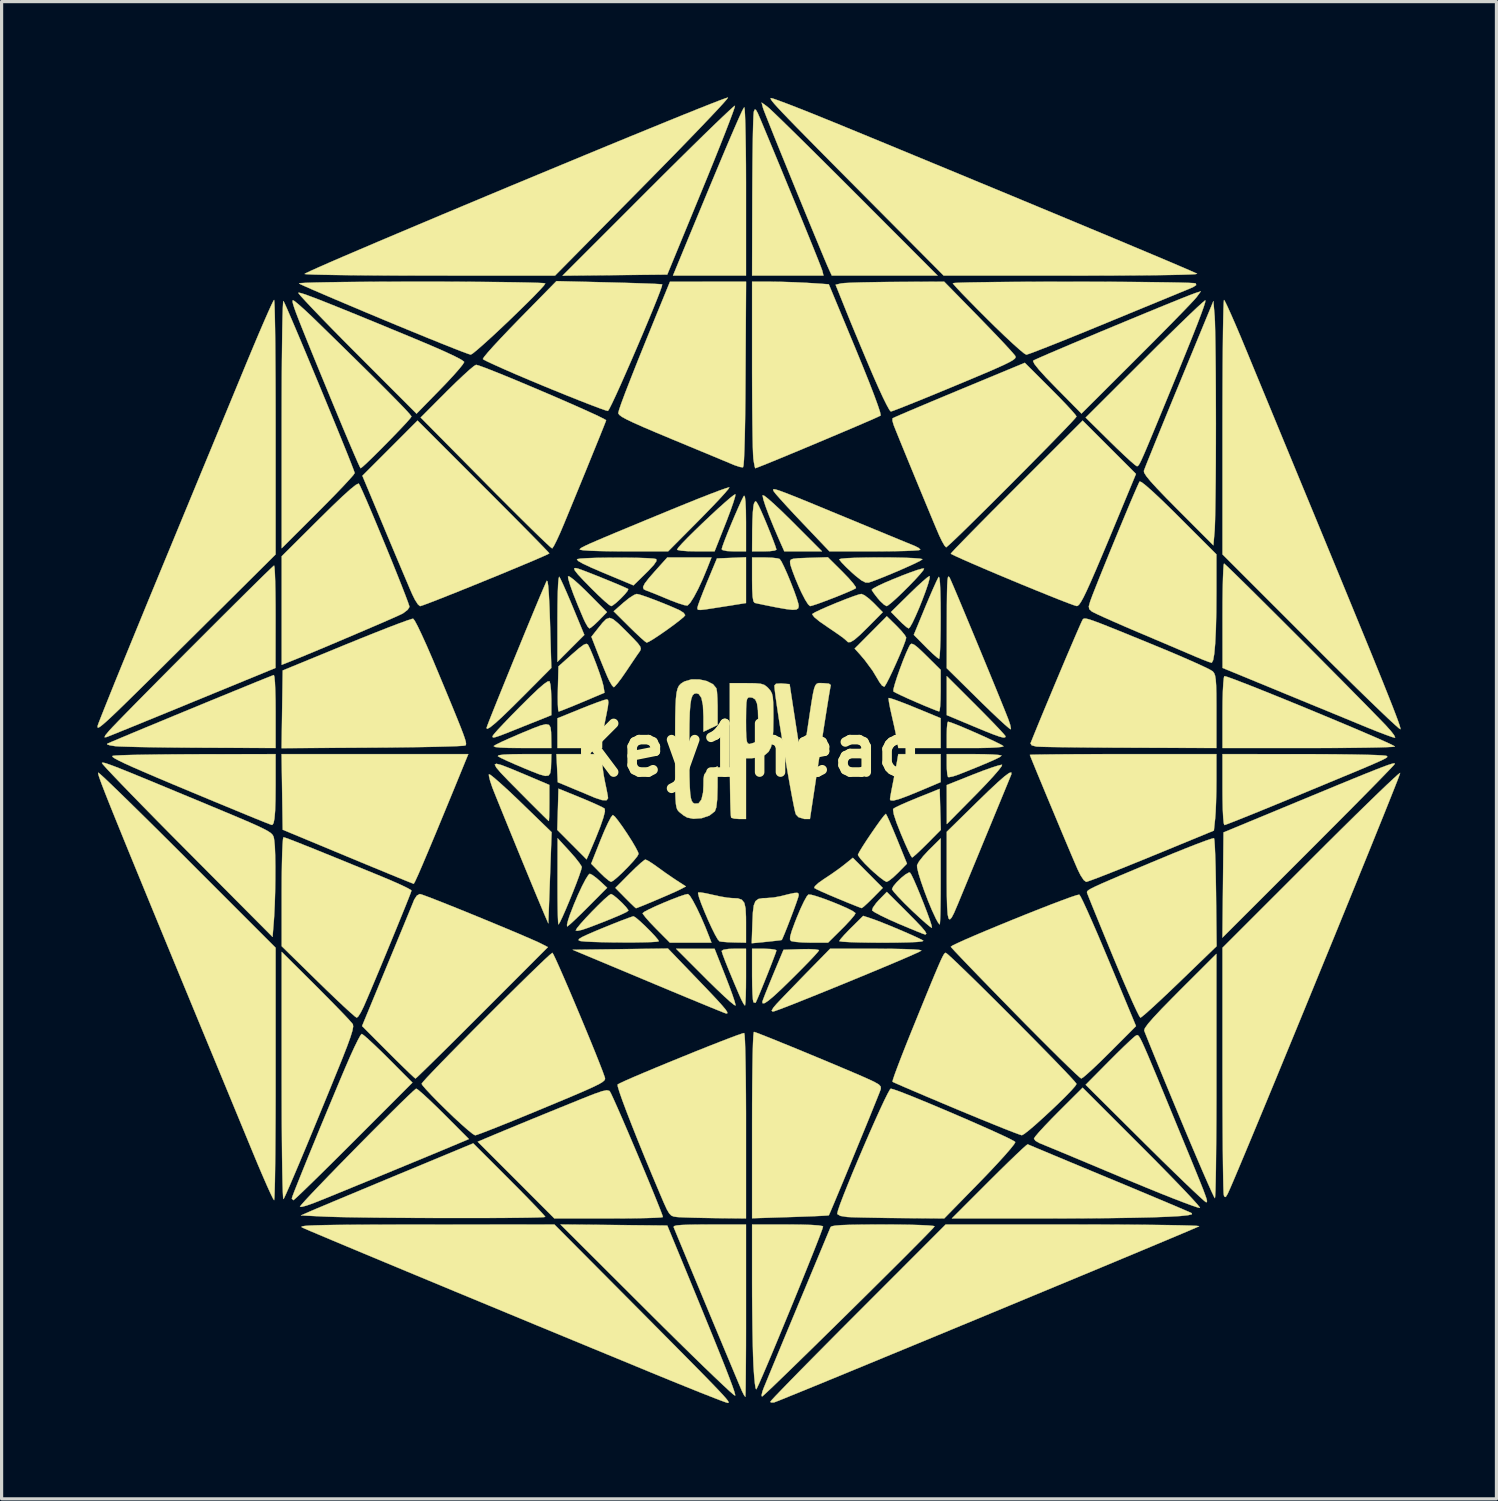
<source format=kicad_pcb>
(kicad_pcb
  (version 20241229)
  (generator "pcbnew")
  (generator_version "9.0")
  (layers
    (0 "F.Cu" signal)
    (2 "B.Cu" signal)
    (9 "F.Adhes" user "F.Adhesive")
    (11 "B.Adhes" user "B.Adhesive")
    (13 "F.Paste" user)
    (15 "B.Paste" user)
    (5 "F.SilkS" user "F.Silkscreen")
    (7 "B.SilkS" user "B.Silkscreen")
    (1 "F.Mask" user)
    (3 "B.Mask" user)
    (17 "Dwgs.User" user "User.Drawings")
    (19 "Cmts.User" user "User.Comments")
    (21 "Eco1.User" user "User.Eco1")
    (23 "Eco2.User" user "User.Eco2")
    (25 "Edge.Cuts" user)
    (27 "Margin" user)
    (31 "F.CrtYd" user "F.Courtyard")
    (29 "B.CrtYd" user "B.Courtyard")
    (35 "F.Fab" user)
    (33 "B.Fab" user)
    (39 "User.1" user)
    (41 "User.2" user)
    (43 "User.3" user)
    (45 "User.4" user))
  (footprint "Key1head"
    (layer "F.Cu")
    (at 20.377 20.44)
    (property "Reference" "Key1head" (at 0 0 0) (layer "F.SilkS") (effects (font (size 1.524 1.524) (thickness 0.3))))
    (attr through_hole)
    (fp_poly (pts (xy -5.912 -5.426) (xy -5.869 -5.349) (xy -5.788 -5.176) (xy -5.679 -4.93) (xy -5.552 -4.633) (xy -5.491 -4.486) (xy -5.127 -3.606) (xy -5.548 -3.185) (xy -5.969 -2.763) (xy -5.969 -4.125) (xy -5.966 -4.557) (xy -5.959 -4.916) (xy -5.948 -5.19) (xy -5.933 -5.364) (xy -5.916 -5.428) (xy -5.912 -5.426)) (stroke (width 0.01) (type solid)) (fill yes) (layer "F.SilkS"))
    (fp_poly (pts (xy -5.244 1.491) (xy -4.966 1.608) (xy -4.73 1.712) (xy -4.562 1.792) (xy -4.489 1.836) (xy -4.483 1.925) (xy -4.531 2.117) (xy -4.629 2.402) (xy -4.775 2.77) (xy -4.953 3.188) (xy -5.057 3.423) (xy -5.515 2.962) (xy -5.974 2.501) (xy -5.955 1.855) (xy -5.937 1.209) (xy -5.244 1.491)) (stroke (width 0.01) (type solid)) (fill yes) (layer "F.SilkS"))
    (fp_poly (pts (xy -1.65 6.224) (xy -1.048 6.224) (xy -0.709 7.08) (xy -0.59 7.389) (xy -0.492 7.657) (xy -0.423 7.863) (xy -0.392 7.982) (xy -0.392 8.001) (xy -0.44 7.978) (xy -0.565 7.876) (xy -0.751 7.708) (xy -0.985 7.486) (xy -1.255 7.223) (xy -1.333 7.144) (xy -2.253 6.223) (xy -1.65 6.224)) (stroke (width 0.01) (type solid)) (fill yes) (layer "F.SilkS"))
    (fp_poly (pts (xy 0.506 -7.965) (xy 0.63 -7.869) (xy 0.818 -7.702) (xy 1.059 -7.476) (xy 1.34 -7.201) (xy 1.396 -7.145) (xy 2.316 -6.223) (xy 1.136 -6.223) (xy 0.974 -6.588) (xy 0.804 -6.983) (xy 0.66 -7.336) (xy 0.55 -7.63) (xy 0.48 -7.847) (xy 0.456 -7.97) (xy 0.457 -7.98) (xy 0.506 -7.965)) (stroke (width 0.01) (type solid)) (fill yes) (layer "F.SilkS"))
    (fp_poly (pts (xy 7.144 -1.397) (xy 7.421 -1.118) (xy 7.665 -0.868) (xy 7.862 -0.662) (xy 7.999 -0.513) (xy 8.062 -0.436) (xy 8.065 -0.429) (xy 8.049 -0.397) (xy 7.993 -0.392) (xy 7.88 -0.42) (xy 7.696 -0.485) (xy 7.426 -0.592) (xy 7.064 -0.742) (xy 6.223 -1.094) (xy 6.223 -2.316) (xy 7.144 -1.397)) (stroke (width 0.01) (type solid)) (fill yes) (layer "F.SilkS"))
    (fp_poly (pts (xy 7.956 0.462) (xy 7.937 0.512) (xy 7.839 0.639) (xy 7.676 0.827) (xy 7.458 1.063) (xy 7.198 1.333) (xy 7.129 1.403) (xy 6.225 2.318) (xy 6.224 1.707) (xy 6.223 1.096) (xy 7.051 0.766) (xy 7.355 0.648) (xy 7.621 0.553) (xy 7.824 0.488) (xy 7.94 0.461) (xy 7.956 0.462)) (stroke (width 0.01) (type solid)) (fill yes) (layer "F.SilkS"))
    (fp_poly (pts (xy 6.032 1.004) (xy 5.341 1.296) (xy 4.98 1.443) (xy 4.722 1.537) (xy 4.554 1.581) (xy 4.466 1.576) (xy 4.445 1.54) (xy 4.457 1.458) (xy 4.487 1.288) (xy 4.531 1.064) (xy 4.534 1.048) (xy 4.586 0.784) (xy 4.633 0.533) (xy 4.664 0.365) (xy 4.705 0.127) (xy 6.032 0.127) (xy 6.032 1.004)) (stroke (width 0.01) (type solid)) (fill yes) (layer "F.SilkS"))
    (fp_poly (pts (xy -0.064 -4.604) (xy -0.778 -4.491) (xy -1.109 -4.439) (xy -1.335 -4.405) (xy -1.476 -4.389) (xy -1.551 -4.391) (xy -1.581 -4.408) (xy -1.586 -4.442) (xy -1.585 -4.461) (xy -1.561 -4.547) (xy -1.496 -4.725) (xy -1.401 -4.969) (xy -1.286 -5.253) (xy -1.278 -5.271) (xy -0.974 -6.001) (xy -0.519 -6.019) (xy -0.064 -6.038) (xy -0.064 -4.604)) (stroke (width 0.01) (type solid)) (fill yes) (layer "F.SilkS"))
    (fp_poly (pts (xy 4.469 -1.618) (xy 4.63 -1.564) (xy 4.862 -1.477) (xy 5.146 -1.364) (xy 5.232 -1.329) (xy 6.032 -0.999) (xy 6.032 -0.064) (xy 4.705 -0.064) (xy 4.667 -0.302) (xy 4.634 -0.477) (xy 4.581 -0.727) (xy 4.518 -1.006) (xy 4.503 -1.072) (xy 4.449 -1.314) (xy 4.413 -1.506) (xy 4.401 -1.616) (xy 4.404 -1.631) (xy 4.469 -1.618)) (stroke (width 0.01) (type solid)) (fill yes) (layer "F.SilkS"))
    (fp_poly (pts (xy -6.166 0.365) (xy -6.173 0.58) (xy -6.195 0.723) (xy -6.248 0.798) (xy -6.352 0.81) (xy -6.526 0.763) (xy -6.786 0.662) (xy -7.014 0.568) (xy -7.304 0.445) (xy -7.554 0.334) (xy -7.738 0.247) (xy -7.832 0.194) (xy -7.836 0.19) (xy -7.806 0.162) (xy -7.649 0.142) (xy -7.366 0.13) (xy -7.029 0.127) (xy -6.16 0.127) (xy -6.166 0.365)) (stroke (width 0.01) (type solid)) (fill yes) (layer "F.SilkS"))
    (fp_poly (pts (xy -5.59 -5.433) (xy -5.467 -5.343) (xy -5.284 -5.181) (xy -5.052 -4.958) (xy -5.019 -4.924) (xy -4.418 -4.32) (xy -4.666 -4.065) (xy -4.812 -3.925) (xy -4.925 -3.832) (xy -4.968 -3.81) (xy -5.021 -3.863) (xy -5.099 -4) (xy -5.152 -4.112) (xy -5.329 -4.531) (xy -5.471 -4.888) (xy -5.572 -5.168) (xy -5.629 -5.36) (xy -5.639 -5.44) (xy -5.59 -5.433)) (stroke (width 0.01) (type solid)) (fill yes) (layer "F.SilkS"))
    (fp_poly (pts (xy -4.386 -1.568) (xy -4.374 -1.495) (xy -4.391 -1.348) (xy -4.438 -1.103) (xy -4.453 -1.032) (xy -4.507 -0.754) (xy -4.548 -0.499) (xy -4.569 -0.311) (xy -4.571 -0.27) (xy -4.572 -0.064) (xy -5.969 -0.064) (xy -5.969 -0.995) (xy -5.241 -1.291) (xy -4.954 -1.405) (xy -4.705 -1.499) (xy -4.521 -1.563) (xy -4.426 -1.587) (xy -4.424 -1.587) (xy -4.386 -1.568)) (stroke (width 0.01) (type solid)) (fill yes) (layer "F.SilkS"))
    (fp_poly (pts (xy -6.233 -0.788) (xy -6.185 -0.706) (xy -6.168 -0.559) (xy -6.164 -0.365) (xy -6.16 -0.064) (xy -7.093 -0.064) (xy -7.488 -0.067) (xy -7.761 -0.078) (xy -7.918 -0.096) (xy -7.965 -0.122) (xy -7.96 -0.13) (xy -7.88 -0.177) (xy -7.706 -0.262) (xy -7.46 -0.373) (xy -7.168 -0.499) (xy -7.074 -0.539) (xy -6.731 -0.681) (xy -6.488 -0.772) (xy -6.328 -0.809) (xy -6.233 -0.788)) (stroke (width 0.01) (type solid)) (fill yes) (layer "F.SilkS"))
    (fp_poly (pts (xy -4.873 3.914) (xy -4.738 4.016) (xy -4.65 4.093) (xy -4.413 4.312) (xy -5.015 4.918) (xy -5.24 5.141) (xy -5.434 5.327) (xy -5.579 5.46) (xy -5.658 5.522) (xy -5.665 5.524) (xy -5.67 5.471) (xy -5.636 5.331) (xy -5.579 5.159) (xy -5.455 4.84) (xy -5.325 4.533) (xy -5.198 4.261) (xy -5.086 4.047) (xy -5 3.911) (xy -4.956 3.873) (xy -4.873 3.914)) (stroke (width 0.01) (type solid)) (fill yes) (layer "F.SilkS"))
    (fp_poly (pts (xy -1.573 7.188) (xy -1.243 7.532) (xy -0.994 7.796) (xy -0.819 7.989) (xy -0.708 8.121) (xy -0.654 8.203) (xy -0.648 8.243) (xy -0.682 8.251) (xy -0.683 8.251) (xy -0.75 8.227) (xy -0.921 8.158) (xy -1.185 8.051) (xy -1.527 7.91) (xy -1.937 7.741) (xy -2.4 7.548) (xy -2.904 7.338) (xy -3.111 7.251) (xy -5.493 6.255) (xy -2.508 6.216) (xy -1.573 7.188)) (stroke (width 0.01) (type solid)) (fill yes) (layer "F.SilkS"))
    (fp_poly (pts (xy -0.099 -7.932) (xy -0.08 -7.779) (xy -0.068 -7.512) (xy -0.064 -7.14) (xy -0.064 -7.125) (xy -0.064 -6.223) (xy -0.445 -6.223) (xy -0.661 -6.233) (xy -0.795 -6.262) (xy -0.826 -6.29) (xy -0.801 -6.378) (xy -0.737 -6.555) (xy -0.644 -6.792) (xy -0.533 -7.064) (xy -0.416 -7.341) (xy -0.304 -7.597) (xy -0.21 -7.805) (xy -0.144 -7.936) (xy -0.124 -7.966) (xy -0.099 -7.932)) (stroke (width 0.01) (type solid)) (fill yes) (layer "F.SilkS"))
    (fp_poly (pts (xy -0.064 7.112) (xy -0.066 7.432) (xy -0.072 7.7) (xy -0.081 7.895) (xy -0.093 7.993) (xy -0.098 8.001) (xy -0.14 7.948) (xy -0.211 7.812) (xy -0.262 7.699) (xy -0.437 7.289) (xy -0.587 6.929) (xy -0.706 6.634) (xy -0.787 6.42) (xy -0.824 6.303) (xy -0.826 6.29) (xy -0.766 6.252) (xy -0.607 6.228) (xy -0.445 6.223) (xy -0.064 6.223) (xy -0.064 7.112)) (stroke (width 0.01) (type solid)) (fill yes) (layer "F.SilkS"))
    (fp_poly (pts (xy 5.686 -5.448) (xy 5.684 -5.371) (xy 5.64 -5.207) (xy 5.563 -4.98) (xy 5.465 -4.718) (xy 5.357 -4.448) (xy 5.247 -4.195) (xy 5.149 -3.987) (xy 5.071 -3.85) (xy 5.03 -3.81) (xy 4.961 -3.852) (xy 4.836 -3.961) (xy 4.728 -4.067) (xy 4.477 -4.324) (xy 5.065 -4.902) (xy 5.286 -5.115) (xy 5.475 -5.288) (xy 5.612 -5.404) (xy 5.682 -5.449) (xy 5.686 -5.448)) (stroke (width 0.01) (type solid)) (fill yes) (layer "F.SilkS"))
    (fp_poly (pts (xy 7.394 0.13) (xy 7.656 0.139) (xy 7.843 0.153) (xy 7.933 0.17) (xy 7.938 0.175) (xy 7.891 0.215) (xy 7.747 0.288) (xy 7.501 0.397) (xy 7.148 0.544) (xy 6.681 0.731) (xy 6.595 0.765) (xy 6.419 0.825) (xy 6.294 0.849) (xy 6.262 0.843) (xy 6.24 0.763) (xy 6.226 0.598) (xy 6.223 0.466) (xy 6.223 0.127) (xy 7.08 0.127) (xy 7.394 0.13)) (stroke (width 0.01) (type solid)) (fill yes) (layer "F.SilkS"))
    (fp_poly (pts (xy -5.286 0.127) (xy -4.572 0.127) (xy -4.57 0.365) (xy -4.554 0.556) (xy -4.517 0.809) (xy -4.477 1.016) (xy -4.43 1.239) (xy -4.396 1.418) (xy -4.384 1.508) (xy -4.432 1.573) (xy -4.574 1.567) (xy -4.798 1.493) (xy -4.826 1.481) (xy -4.996 1.409) (xy -5.234 1.309) (xy -5.49 1.203) (xy -5.504 1.197) (xy -5.959 1.008) (xy -5.98 0.568) (xy -6.001 0.127) (xy -5.286 0.127)) (stroke (width 0.01) (type solid)) (fill yes) (layer "F.SilkS"))
    (fp_poly (pts (xy -0.425 -20.114) (xy -0.484 -19.944) (xy -0.583 -19.68) (xy -0.716 -19.335) (xy -0.88 -18.92) (xy -1.069 -18.449) (xy -1.279 -17.931) (xy -1.45 -17.515) (xy -2.53 -14.891) (xy -5.81 -14.857) (xy -3.13 -17.538) (xy -2.648 -18.019) (xy -2.192 -18.471) (xy -1.771 -18.886) (xy -1.393 -19.257) (xy -1.064 -19.576) (xy -0.793 -19.835) (xy -0.589 -20.027) (xy -0.458 -20.145) (xy -0.41 -20.179) (xy -0.425 -20.114)) (stroke (width 0.01) (type solid)) (fill yes) (layer "F.SilkS"))
    (fp_poly (pts (xy 0.265 -7.771) (xy 0.333 -7.651) (xy 0.401 -7.507) (xy 0.493 -7.296) (xy 0.597 -7.048) (xy 0.7 -6.793) (xy 0.791 -6.56) (xy 0.858 -6.379) (xy 0.888 -6.281) (xy 0.889 -6.274) (xy 0.831 -6.247) (xy 0.681 -6.229) (xy 0.508 -6.223) (xy 0.127 -6.223) (xy 0.131 -6.906) (xy 0.138 -7.2) (xy 0.151 -7.456) (xy 0.17 -7.642) (xy 0.185 -7.715) (xy 0.224 -7.79) (xy 0.265 -7.771)) (stroke (width 0.01) (type solid)) (fill yes) (layer "F.SilkS"))
    (fp_poly (pts (xy 6.347 -0.865) (xy 6.518 -0.8) (xy 6.748 -0.705) (xy 7.014 -0.591) (xy 7.29 -0.469) (xy 7.551 -0.35) (xy 7.773 -0.245) (xy 7.931 -0.165) (xy 8 -0.121) (xy 8.001 -0.118) (xy 7.941 -0.099) (xy 7.777 -0.082) (xy 7.532 -0.07) (xy 7.227 -0.064) (xy 7.112 -0.064) (xy 6.223 -0.064) (xy 6.223 -0.476) (xy 6.228 -0.686) (xy 6.242 -0.835) (xy 6.261 -0.889) (xy 6.347 -0.865)) (stroke (width 0.01) (type solid)) (fill yes) (layer "F.SilkS"))
    (fp_poly (pts (xy -8.846 0.333) (xy -9.203 1.206) (xy -9.518 1.97) (xy -9.788 2.623) (xy -10.015 3.164) (xy -10.196 3.592) (xy -10.332 3.906) (xy -10.423 4.104) (xy -10.467 4.186) (xy -10.47 4.188) (xy -10.536 4.164) (xy -10.705 4.096) (xy -10.964 3.991) (xy -11.3 3.853) (xy -11.698 3.689) (xy -12.144 3.505) (xy -12.541 3.34) (xy -14.573 2.495) (xy -14.591 1.311) (xy -14.608 0.127) (xy -8.761 0.127) (xy -8.846 0.333)) (stroke (width 0.01) (type solid)) (fill yes) (layer "F.SilkS"))
    (fp_poly (pts (xy -7.734 0.466) (xy -7.485 0.561) (xy -7.133 0.707) (xy -6.988 0.768) (xy -6.223 1.092) (xy -6.223 1.657) (xy -6.225 1.907) (xy -6.229 2.101) (xy -6.236 2.209) (xy -6.24 2.223) (xy -6.287 2.18) (xy -6.411 2.06) (xy -6.596 1.876) (xy -6.831 1.642) (xy -7.1 1.371) (xy -7.176 1.294) (xy -7.504 0.963) (xy -7.741 0.716) (xy -7.884 0.548) (xy -7.932 0.454) (xy -7.883 0.429) (xy -7.734 0.466)) (stroke (width 0.01) (type solid)) (fill yes) (layer "F.SilkS"))
    (fp_poly (pts (xy -1.822 4.564) (xy -1.727 4.717) (xy -1.607 4.945) (xy -1.474 5.226) (xy -1.338 5.541) (xy -1.212 5.858) (xy -1.146 6.032) (xy -2.448 6.032) (xy -2.875 5.602) (xy -3.06 5.41) (xy -3.204 5.248) (xy -3.288 5.139) (xy -3.302 5.11) (xy -3.247 5.065) (xy -3.101 4.988) (xy -2.892 4.89) (xy -2.648 4.784) (xy -2.397 4.681) (xy -2.167 4.592) (xy -1.985 4.531) (xy -1.882 4.508) (xy -1.822 4.564)) (stroke (width 0.01) (type solid)) (fill yes) (layer "F.SilkS"))
    (fp_poly (pts (xy 0.709 6.231) (xy 0.847 6.251) (xy 0.889 6.275) (xy 0.867 6.348) (xy 0.806 6.511) (xy 0.719 6.738) (xy 0.616 7) (xy 0.507 7.272) (xy 0.403 7.527) (xy 0.316 7.737) (xy 0.255 7.875) (xy 0.234 7.916) (xy 0.178 7.903) (xy 0.169 7.895) (xy 0.153 7.819) (xy 0.14 7.641) (xy 0.131 7.387) (xy 0.127 7.083) (xy 0.127 7.038) (xy 0.127 6.223) (xy 0.508 6.223) (xy 0.709 6.231)) (stroke (width 0.01) (type solid)) (fill yes) (layer "F.SilkS"))
    (fp_poly (pts (xy 4.967 5.062) (xy 5.24 5.338) (xy 5.429 5.537) (xy 5.54 5.669) (xy 5.583 5.745) (xy 5.565 5.774) (xy 5.54 5.774) (xy 5.467 5.749) (xy 5.301 5.683) (xy 5.063 5.585) (xy 4.778 5.465) (xy 4.701 5.433) (xy 4.409 5.303) (xy 4.162 5.185) (xy 3.981 5.089) (xy 3.891 5.027) (xy 3.885 5.018) (xy 3.911 4.934) (xy 4.008 4.798) (xy 4.102 4.692) (xy 4.346 4.443) (xy 4.967 5.062)) (stroke (width 0.01) (type solid)) (fill yes) (layer "F.SilkS"))
    (fp_poly (pts (xy 6.019 1.858) (xy 6.037 2.5) (xy 5.608 2.933) (xy 5.419 3.119) (xy 5.264 3.265) (xy 5.162 3.351) (xy 5.137 3.365) (xy 5.098 3.31) (xy 5.023 3.16) (xy 4.921 2.936) (xy 4.804 2.661) (xy 4.792 2.633) (xy 4.647 2.266) (xy 4.564 2.011) (xy 4.541 1.866) (xy 4.552 1.836) (xy 4.633 1.788) (xy 4.807 1.706) (xy 5.047 1.602) (xy 5.308 1.494) (xy 6.001 1.215) (xy 6.019 1.858)) (stroke (width 0.01) (type solid)) (fill yes) (layer "F.SilkS"))
    (fp_poly (pts (xy -5.585 3.174) (xy -5.415 3.367) (xy -5.285 3.533) (xy -5.214 3.643) (xy -5.207 3.667) (xy -5.23 3.761) (xy -5.29 3.94) (xy -5.379 4.179) (xy -5.486 4.452) (xy -5.601 4.734) (xy -5.713 5.001) (xy -5.813 5.227) (xy -5.891 5.389) (xy -5.935 5.46) (xy -5.938 5.461) (xy -5.947 5.401) (xy -5.955 5.232) (xy -5.961 4.973) (xy -5.965 4.642) (xy -5.966 4.258) (xy -5.966 4.112) (xy -5.963 2.762) (xy -5.585 3.174)) (stroke (width 0.01) (type solid)) (fill yes) (layer "F.SilkS"))
    (fp_poly (pts (xy -3.749 -6.024) (xy -3.429 -6.019) (xy -3.16 -6.01) (xy -2.967 -5.998) (xy -2.876 -5.981) (xy -2.875 -5.981) (xy -2.868 -5.92) (xy -2.953 -5.796) (xy -3.134 -5.602) (xy -3.192 -5.545) (xy -3.588 -5.158) (xy -4.522 -5.548) (xy -4.902 -5.711) (xy -5.165 -5.834) (xy -5.317 -5.92) (xy -5.359 -5.97) (xy -5.347 -5.98) (xy -5.244 -5.997) (xy -5.042 -6.009) (xy -4.767 -6.019) (xy -4.443 -6.024) (xy -4.095 -6.026) (xy -3.749 -6.024)) (stroke (width 0.01) (type solid)) (fill yes) (layer "F.SilkS"))
    (fp_poly (pts (xy -1.276 -5.699) (xy -1.419 -5.355) (xy -1.563 -5.045) (xy -1.698 -4.791) (xy -1.812 -4.612) (xy -1.895 -4.528) (xy -1.905 -4.525) (xy -2.003 -4.541) (xy -2.185 -4.599) (xy -2.42 -4.687) (xy -2.54 -4.737) (xy -2.792 -4.842) (xy -3.008 -4.929) (xy -3.156 -4.986) (xy -3.191 -4.998) (xy -3.27 -5.039) (xy -3.288 -5.106) (xy -3.235 -5.216) (xy -3.106 -5.384) (xy -2.914 -5.604) (xy -2.529 -6.032) (xy -1.145 -6.032) (xy -1.276 -5.699)) (stroke (width 0.01) (type solid)) (fill yes) (layer "F.SilkS"))
    (fp_poly (pts (xy -0.408 -7.926) (xy -0.462 -7.75) (xy -0.549 -7.501) (xy -0.66 -7.205) (xy -0.709 -7.08) (xy -1.048 -6.224) (xy -1.635 -6.224) (xy -1.891 -6.229) (xy -2.09 -6.244) (xy -2.205 -6.266) (xy -2.223 -6.279) (xy -2.18 -6.345) (xy -2.063 -6.475) (xy -1.888 -6.656) (xy -1.671 -6.87) (xy -1.43 -7.103) (xy -1.181 -7.338) (xy -0.941 -7.561) (xy -0.725 -7.754) (xy -0.551 -7.904) (xy -0.435 -7.993) (xy -0.394 -8.009) (xy -0.408 -7.926)) (stroke (width 0.01) (type solid)) (fill yes) (layer "F.SilkS"))
    (fp_poly (pts (xy -0.106 -20.068) (xy -0.096 -19.893) (xy -0.086 -19.617) (xy -0.078 -19.254) (xy -0.071 -18.817) (xy -0.066 -18.319) (xy -0.064 -17.772) (xy -0.064 -17.494) (xy -0.064 -14.859) (xy -2.351 -14.859) (xy -2.266 -15.065) (xy -1.87 -16.026) (xy -1.519 -16.873) (xy -1.213 -17.611) (xy -0.948 -18.245) (xy -0.724 -18.779) (xy -0.538 -19.217) (xy -0.388 -19.564) (xy -0.273 -19.825) (xy -0.191 -20.003) (xy -0.139 -20.103) (xy -0.118 -20.13) (xy -0.106 -20.068)) (stroke (width 0.01) (type solid)) (fill yes) (layer "F.SilkS"))
    (fp_poly (pts (xy 2.105 6.243) (xy 2.211 6.261) (xy 2.223 6.271) (xy 2.179 6.331) (xy 2.06 6.464) (xy 1.878 6.656) (xy 1.648 6.89) (xy 1.407 7.131) (xy 1.076 7.455) (xy 0.823 7.691) (xy 0.641 7.845) (xy 0.523 7.924) (xy 0.46 7.933) (xy 0.446 7.89) (xy 0.47 7.817) (xy 0.534 7.65) (xy 0.63 7.412) (xy 0.747 7.126) (xy 0.779 7.048) (xy 1.111 6.255) (xy 1.667 6.236) (xy 1.915 6.234) (xy 2.105 6.243)) (stroke (width 0.01) (type solid)) (fill yes) (layer "F.SilkS"))
    (fp_poly (pts (xy 4.65 -3.891) (xy 4.804 -3.73) (xy 4.913 -3.596) (xy 4.953 -3.521) (xy 4.928 -3.425) (xy 4.862 -3.247) (xy 4.767 -3.015) (xy 4.654 -2.756) (xy 4.537 -2.497) (xy 4.426 -2.265) (xy 4.335 -2.088) (xy 4.276 -1.992) (xy 4.265 -1.983) (xy 4.196 -2.019) (xy 4.109 -2.136) (xy 4.09 -2.171) (xy 3.902 -2.484) (xy 3.657 -2.816) (xy 3.499 -3.002) (xy 3.339 -3.178) (xy 3.843 -3.684) (xy 4.346 -4.19) (xy 4.65 -3.891)) (stroke (width 0.01) (type solid)) (fill yes) (layer "F.SilkS"))
    (fp_poly (pts (xy 5.994 -5.386) (xy 6.01 -5.23) (xy 6.022 -4.969) (xy 6.03 -4.612) (xy 6.032 -4.172) (xy 6.03 -3.779) (xy 6.024 -3.433) (xy 6.014 -3.152) (xy 6.002 -2.956) (xy 5.987 -2.863) (xy 5.983 -2.857) (xy 5.918 -2.9) (xy 5.79 -3.012) (xy 5.621 -3.173) (xy 5.562 -3.233) (xy 5.191 -3.608) (xy 5.553 -4.487) (xy 5.685 -4.799) (xy 5.803 -5.071) (xy 5.898 -5.28) (xy 5.96 -5.404) (xy 5.974 -5.426) (xy 5.994 -5.386)) (stroke (width 0.01) (type solid)) (fill yes) (layer "F.SilkS"))
    (fp_poly (pts (xy 6.032 4.114) (xy 6.031 4.512) (xy 6.027 4.863) (xy 6.022 5.15) (xy 6.014 5.353) (xy 6.006 5.453) (xy 6.002 5.461) (xy 5.956 5.411) (xy 5.887 5.289) (xy 5.886 5.286) (xy 5.763 5.022) (xy 5.638 4.722) (xy 5.52 4.411) (xy 5.417 4.116) (xy 5.339 3.864) (xy 5.296 3.681) (xy 5.293 3.604) (xy 5.354 3.491) (xy 5.483 3.326) (xy 5.653 3.141) (xy 5.681 3.114) (xy 6.032 2.767) (xy 6.032 4.114)) (stroke (width 0.01) (type solid)) (fill yes) (layer "F.SilkS"))
    (fp_poly (pts (xy 3.75 3.845) (xy 4.219 4.317) (xy 3.906 4.635) (xy 3.746 4.792) (xy 3.623 4.904) (xy 3.56 4.949) (xy 3.558 4.949) (xy 3.49 4.925) (xy 3.328 4.862) (xy 3.097 4.769) (xy 2.826 4.657) (xy 2.548 4.54) (xy 2.313 4.437) (xy 2.146 4.359) (xy 2.073 4.318) (xy 2.095 4.262) (xy 2.204 4.162) (xy 2.376 4.04) (xy 2.391 4.031) (xy 2.631 3.871) (xy 2.871 3.7) (xy 3.022 3.584) (xy 3.282 3.374) (xy 3.75 3.845)) (stroke (width 0.01) (type solid)) (fill yes) (layer "F.SilkS"))
    (fp_poly (pts (xy -5.017 -3.305) (xy -5.013 -3.299) (xy -4.946 -3.167) (xy -4.855 -2.951) (xy -4.753 -2.69) (xy -4.656 -2.422) (xy -4.577 -2.185) (xy -4.531 -2.016) (xy -4.527 -1.995) (xy -4.495 -1.796) (xy -5.193 -1.501) (xy -5.468 -1.386) (xy -5.699 -1.293) (xy -5.862 -1.229) (xy -5.932 -1.206) (xy -5.947 -1.266) (xy -5.956 -1.426) (xy -5.959 -1.663) (xy -5.955 -1.914) (xy -5.937 -2.621) (xy -5.505 -3.006) (xy -5.292 -3.19) (xy -5.152 -3.294) (xy -5.066 -3.328) (xy -5.017 -3.305)) (stroke (width 0.01) (type solid)) (fill yes) (layer "F.SilkS"))
    (fp_poly (pts (xy -4.213 4.55) (xy -4.086 4.654) (xy -3.944 4.787) (xy -3.821 4.917) (xy -3.752 5.011) (xy -3.747 5.028) (xy -3.806 5.072) (xy -3.978 5.154) (xy -4.259 5.273) (xy -4.641 5.425) (xy -5.001 5.563) (xy -5.199 5.63) (xy -5.342 5.661) (xy -5.397 5.65) (xy -5.397 5.649) (xy -5.355 5.576) (xy -5.242 5.438) (xy -5.08 5.258) (xy -4.891 5.059) (xy -4.696 4.862) (xy -4.518 4.689) (xy -4.377 4.565) (xy -4.296 4.509) (xy -4.29 4.508) (xy -4.213 4.55)) (stroke (width 0.01) (type solid)) (fill yes) (layer "F.SilkS"))
    (fp_poly (pts (xy -4.201 14.874) (xy -2.529 14.891) (xy -1.926 16.351) (xy -1.594 17.158) (xy -1.309 17.855) (xy -1.067 18.448) (xy -0.868 18.942) (xy -0.707 19.346) (xy -0.584 19.665) (xy -0.494 19.905) (xy -0.436 20.073) (xy -0.407 20.176) (xy -0.403 20.219) (xy -0.452 20.188) (xy -0.582 20.074) (xy -0.786 19.885) (xy -1.056 19.629) (xy -1.385 19.313) (xy -1.764 18.944) (xy -2.186 18.53) (xy -2.643 18.079) (xy -3.128 17.597) (xy -3.152 17.573) (xy -5.874 14.858) (xy -4.201 14.874)) (stroke (width 0.01) (type solid)) (fill yes) (layer "F.SilkS"))
    (fp_poly (pts (xy 5.486 -5.628) (xy 5.386 -5.506) (xy 5.234 -5.338) (xy 5.048 -5.145) (xy 4.85 -4.948) (xy 4.659 -4.765) (xy 4.496 -4.619) (xy 4.38 -4.528) (xy 4.34 -4.508) (xy 4.258 -4.554) (xy 4.135 -4.669) (xy 4.069 -4.745) (xy 3.955 -4.891) (xy 3.884 -4.995) (xy 3.873 -5.021) (xy 3.929 -5.067) (xy 4.078 -5.145) (xy 4.293 -5.245) (xy 4.55 -5.354) (xy 4.82 -5.463) (xy 5.078 -5.561) (xy 5.297 -5.638) (xy 5.451 -5.682) (xy 5.513 -5.685) (xy 5.486 -5.628)) (stroke (width 0.01) (type solid)) (fill yes) (layer "F.SilkS"))
    (fp_poly (pts (xy 20.249 0.418) (xy 20.256 0.43) (xy 20.213 0.482) (xy 20.087 0.616) (xy 19.887 0.823) (xy 19.62 1.097) (xy 19.294 1.428) (xy 18.917 1.81) (xy 18.496 2.233) (xy 18.04 2.691) (xy 17.557 3.175) (xy 14.857 5.874) (xy 14.874 4.226) (xy 14.891 2.579) (xy 17.232 1.609) (xy 17.911 1.328) (xy 18.481 1.092) (xy 18.953 0.898) (xy 19.335 0.743) (xy 19.636 0.623) (xy 19.865 0.534) (xy 20.032 0.472) (xy 20.146 0.435) (xy 20.215 0.418) (xy 20.249 0.418)) (stroke (width 0.01) (type solid)) (fill yes) (layer "F.SilkS"))
    (fp_poly (pts (xy -8.066 0.779) (xy -7.94 0.879) (xy -7.75 1.045) (xy -7.509 1.264) (xy -7.233 1.525) (xy -7.123 1.631) (xy -6.152 2.572) (xy -6.203 4) (xy -6.255 5.429) (xy -6.392 5.112) (xy -6.475 4.914) (xy -6.595 4.629) (xy -6.742 4.275) (xy -6.909 3.87) (xy -7.088 3.436) (xy -7.271 2.989) (xy -7.45 2.551) (xy -7.618 2.139) (xy -7.767 1.772) (xy -7.889 1.471) (xy -7.976 1.254) (xy -8.013 1.158) (xy -8.078 0.963) (xy -8.114 0.813) (xy -8.116 0.757) (xy -8.066 0.779)) (stroke (width 0.01) (type solid)) (fill yes) (layer "F.SilkS"))
    (fp_poly (pts (xy -5.326 -5.683) (xy -5.204 -5.64) (xy -5.007 -5.565) (xy -4.761 -5.468) (xy -4.494 -5.36) (xy -4.232 -5.253) (xy -4.003 -5.157) (xy -3.835 -5.083) (xy -3.753 -5.044) (xy -3.751 -5.042) (xy -3.773 -4.985) (xy -3.862 -4.875) (xy -3.989 -4.743) (xy -4.123 -4.619) (xy -4.235 -4.532) (xy -4.286 -4.508) (xy -4.356 -4.551) (xy -4.494 -4.667) (xy -4.68 -4.839) (xy -4.892 -5.047) (xy -5.154 -5.314) (xy -5.33 -5.504) (xy -5.425 -5.625) (xy -5.447 -5.688) (xy -5.4 -5.7) (xy -5.326 -5.683)) (stroke (width 0.01) (type solid)) (fill yes) (layer "F.SilkS"))
    (fp_poly (pts (xy -4.17 2.086) (xy -4.062 2.221) (xy -3.925 2.411) (xy -3.777 2.631) (xy -3.636 2.852) (xy -3.52 3.05) (xy -3.446 3.195) (xy -3.429 3.253) (xy -3.472 3.333) (xy -3.585 3.471) (xy -3.741 3.641) (xy -3.915 3.818) (xy -4.082 3.975) (xy -4.216 4.087) (xy -4.291 4.128) (xy -4.366 4.085) (xy -4.497 3.975) (xy -4.634 3.843) (xy -4.913 3.559) (xy -4.61 2.796) (xy -4.491 2.51) (xy -4.382 2.274) (xy -4.294 2.108) (xy -4.238 2.036) (xy -4.233 2.035) (xy -4.17 2.086)) (stroke (width 0.01) (type solid)) (fill yes) (layer "F.SilkS"))
    (fp_poly (pts (xy 3.846 5.272) (xy 4.037 5.34) (xy 4.285 5.438) (xy 4.565 5.552) (xy 4.849 5.672) (xy 5.11 5.786) (xy 5.322 5.883) (xy 5.457 5.951) (xy 5.49 5.973) (xy 5.45 5.993) (xy 5.292 6.01) (xy 5.023 6.022) (xy 4.65 6.03) (xy 4.204 6.032) (xy 3.806 6.03) (xy 3.454 6.024) (xy 3.168 6.014) (xy 2.966 6.002) (xy 2.865 5.988) (xy 2.857 5.983) (xy 2.9 5.918) (xy 3.012 5.79) (xy 3.173 5.621) (xy 3.232 5.563) (xy 3.606 5.193) (xy 3.846 5.272)) (stroke (width 0.01) (type solid)) (fill yes) (layer "F.SilkS"))
    (fp_poly (pts (xy -6.215 -2.149) (xy -6.189 -2.047) (xy -6.17 -1.857) (xy -6.161 -1.616) (xy -6.16 -1.578) (xy -6.16 -1.093) (xy -7.049 -0.737) (xy -7.403 -0.595) (xy -7.656 -0.495) (xy -7.826 -0.432) (xy -7.928 -0.4) (xy -7.98 -0.393) (xy -7.999 -0.407) (xy -8.001 -0.436) (xy -8.001 -0.437) (xy -7.958 -0.497) (xy -7.839 -0.633) (xy -7.657 -0.827) (xy -7.426 -1.068) (xy -7.16 -1.338) (xy -7.135 -1.363) (xy -6.813 -1.683) (xy -6.568 -1.916) (xy -6.393 -2.067) (xy -6.281 -2.145) (xy -6.222 -2.156) (xy -6.215 -2.149)) (stroke (width 0.01) (type solid)) (fill yes) (layer "F.SilkS"))
    (fp_poly (pts (xy -3.386 -4.866) (xy -3.198 -4.804) (xy -2.952 -4.713) (xy -2.676 -4.605) (xy -2.399 -4.491) (xy -2.152 -4.382) (xy -2.143 -4.378) (xy -2.019 -4.299) (xy -1.968 -4.224) (xy -2.017 -4.166) (xy -2.147 -4.058) (xy -2.332 -3.916) (xy -2.546 -3.761) (xy -2.763 -3.61) (xy -2.958 -3.481) (xy -3.105 -3.394) (xy -3.174 -3.365) (xy -3.236 -3.408) (xy -3.366 -3.522) (xy -3.545 -3.69) (xy -3.715 -3.856) (xy -4.208 -4.346) (xy -3.9 -4.618) (xy -3.724 -4.759) (xy -3.572 -4.857) (xy -3.486 -4.889) (xy -3.386 -4.866)) (stroke (width 0.01) (type solid)) (fill yes) (layer "F.SilkS"))
    (fp_poly (pts (xy -3.136 3.464) (xy -2.99 3.556) (xy -2.832 3.668) (xy -2.601 3.835) (xy -2.357 4.003) (xy -2.227 4.089) (xy -1.946 4.271) (xy -2.126 4.365) (xy -2.239 4.419) (xy -2.427 4.503) (xy -2.66 4.604) (xy -2.91 4.711) (xy -3.149 4.811) (xy -3.347 4.892) (xy -3.477 4.943) (xy -3.51 4.953) (xy -3.561 4.911) (xy -3.675 4.802) (xy -3.83 4.647) (xy -3.842 4.635) (xy -4.155 4.317) (xy -3.714 3.873) (xy -3.521 3.684) (xy -3.358 3.535) (xy -3.247 3.446) (xy -3.214 3.429) (xy -3.136 3.464)) (stroke (width 0.01) (type solid)) (fill yes) (layer "F.SilkS"))
    (fp_poly (pts (xy -1.327 4.485) (xy -1.116 4.532) (xy -0.87 4.586) (xy -0.643 4.624) (xy -0.507 4.636) (xy -0.319 4.645) (xy -0.194 4.688) (xy -0.117 4.785) (xy -0.078 4.957) (xy -0.065 5.225) (xy -0.064 5.4) (xy -0.064 6.032) (xy -0.429 6.025) (xy -0.647 6.017) (xy -0.822 6.002) (xy -0.893 5.991) (xy -0.949 5.928) (xy -1.036 5.775) (xy -1.143 5.56) (xy -1.258 5.309) (xy -1.369 5.049) (xy -1.466 4.808) (xy -1.535 4.612) (xy -1.565 4.488) (xy -1.561 4.461) (xy -1.488 4.459) (xy -1.327 4.485)) (stroke (width 0.01) (type solid)) (fill yes) (layer "F.SilkS"))
    (fp_poly (pts (xy 3.648 -4.847) (xy 3.796 -4.735) (xy 3.938 -4.603) (xy 4.218 -4.317) (xy 3.746 -3.841) (xy 3.504 -3.604) (xy 3.33 -3.454) (xy 3.21 -3.382) (xy 3.131 -3.379) (xy 3.081 -3.426) (xy 3.015 -3.485) (xy 2.867 -3.595) (xy 2.66 -3.738) (xy 2.5 -3.846) (xy 2.24 -4.026) (xy 2.075 -4.162) (xy 2.012 -4.246) (xy 2.016 -4.264) (xy 2.104 -4.317) (xy 2.282 -4.402) (xy 2.519 -4.506) (xy 2.786 -4.617) (xy 3.053 -4.723) (xy 3.29 -4.812) (xy 3.467 -4.871) (xy 3.55 -4.889) (xy 3.648 -4.847)) (stroke (width 0.01) (type solid)) (fill yes) (layer "F.SilkS"))
    (fp_poly (pts (xy 5.07 3.835) (xy 5.115 3.905) (xy 5.192 4.065) (xy 5.29 4.29) (xy 5.399 4.554) (xy 5.51 4.832) (xy 5.611 5.097) (xy 5.694 5.325) (xy 5.746 5.489) (xy 5.759 5.565) (xy 5.758 5.566) (xy 5.704 5.536) (xy 5.577 5.432) (xy 5.394 5.27) (xy 5.174 5.066) (xy 5.118 5.013) (xy 4.892 4.792) (xy 4.704 4.597) (xy 4.571 4.448) (xy 4.51 4.363) (xy 4.508 4.355) (xy 4.551 4.265) (xy 4.657 4.139) (xy 4.795 4.005) (xy 4.933 3.894) (xy 5.038 3.835) (xy 5.07 3.835)) (stroke (width 0.01) (type solid)) (fill yes) (layer "F.SilkS"))
    (fp_poly (pts (xy 0.246 -20.051) (xy 0.302 -19.952) (xy 0.39 -19.748) (xy 0.393 -19.741) (xy 0.679 -19.055) (xy 0.955 -18.389) (xy 1.217 -17.753) (xy 1.462 -17.159) (xy 1.685 -16.615) (xy 1.881 -16.134) (xy 2.047 -15.724) (xy 2.178 -15.397) (xy 2.27 -15.163) (xy 2.319 -15.032) (xy 2.325 -15.013) (xy 2.363 -14.859) (xy 0.127 -14.859) (xy 0.133 -17.351) (xy 0.136 -17.907) (xy 0.14 -18.428) (xy 0.146 -18.898) (xy 0.153 -19.304) (xy 0.161 -19.629) (xy 0.17 -19.861) (xy 0.18 -19.984) (xy 0.182 -19.995) (xy 0.21 -20.061) (xy 0.246 -20.051)) (stroke (width 0.01) (type solid)) (fill yes) (layer "F.SilkS"))
    (fp_poly (pts (xy 0.524 -6.032) (xy 0.744 -6.024) (xy 0.915 -6.005) (xy 0.99 -5.984) (xy 1.045 -5.905) (xy 1.13 -5.735) (xy 1.233 -5.505) (xy 1.34 -5.245) (xy 1.442 -4.985) (xy 1.524 -4.753) (xy 1.576 -4.581) (xy 1.587 -4.513) (xy 1.572 -4.441) (xy 1.514 -4.401) (xy 1.394 -4.392) (xy 1.195 -4.415) (xy 0.897 -4.467) (xy 0.762 -4.494) (xy 0.522 -4.542) (xy 0.327 -4.582) (xy 0.214 -4.608) (xy 0.206 -4.61) (xy 0.168 -4.662) (xy 0.143 -4.805) (xy 0.13 -5.05) (xy 0.127 -5.332) (xy 0.127 -6.032) (xy 0.524 -6.032)) (stroke (width 0.01) (type solid)) (fill yes) (layer "F.SilkS"))
    (fp_poly (pts (xy 1.58 4.496) (xy 1.587 4.543) (xy 1.566 4.625) (xy 1.508 4.795) (xy 1.426 5.021) (xy 1.33 5.275) (xy 1.233 5.526) (xy 1.146 5.743) (xy 1.081 5.896) (xy 1.055 5.948) (xy 0.993 5.959) (xy 0.837 5.977) (xy 0.618 6.001) (xy 0.581 6.004) (xy 0.115 6.05) (xy 0.137 5.404) (xy 0.152 5.081) (xy 0.18 4.864) (xy 0.233 4.732) (xy 0.322 4.664) (xy 0.459 4.639) (xy 0.572 4.636) (xy 0.798 4.618) (xy 1.016 4.578) (xy 1.284 4.511) (xy 1.451 4.476) (xy 1.543 4.471) (xy 1.58 4.496)) (stroke (width 0.01) (type solid)) (fill yes) (layer "F.SilkS"))
    (fp_poly (pts (xy 4.353 2.064) (xy 4.427 2.223) (xy 4.527 2.456) (xy 4.644 2.737) (xy 4.666 2.79) (xy 4.977 3.558) (xy 4.698 3.843) (xy 4.54 3.992) (xy 4.407 4.095) (xy 4.339 4.128) (xy 4.26 4.086) (xy 4.115 3.977) (xy 3.93 3.818) (xy 3.841 3.737) (xy 3.658 3.556) (xy 3.52 3.403) (xy 3.448 3.3) (xy 3.442 3.276) (xy 3.487 3.186) (xy 3.583 3.027) (xy 3.715 2.823) (xy 3.865 2.6) (xy 4.016 2.382) (xy 4.152 2.192) (xy 4.257 2.057) (xy 4.313 1.999) (xy 4.316 1.999) (xy 4.353 2.064)) (stroke (width 0.01) (type solid)) (fill yes) (layer "F.SilkS"))
    (fp_poly (pts (xy 5.198 -3.303) (xy 5.32 -3.208) (xy 5.505 -3.034) (xy 5.586 -2.954) (xy 6.032 -2.512) (xy 6.032 -1.859) (xy 6.028 -1.589) (xy 6.017 -1.374) (xy 6 -1.24) (xy 5.985 -1.209) (xy 5.911 -1.233) (xy 5.746 -1.299) (xy 5.514 -1.394) (xy 5.271 -1.498) (xy 5 -1.617) (xy 4.773 -1.722) (xy 4.614 -1.8) (xy 4.551 -1.838) (xy 4.555 -1.91) (xy 4.598 -2.071) (xy 4.669 -2.293) (xy 4.759 -2.548) (xy 4.856 -2.807) (xy 4.952 -3.042) (xy 5.036 -3.225) (xy 5.078 -3.302) (xy 5.122 -3.331) (xy 5.198 -3.303)) (stroke (width 0.01) (type solid)) (fill yes) (layer "F.SilkS"))
    (fp_poly (pts (xy -6.28 -5.282) (xy -6.258 -5.136) (xy -6.238 -4.868) (xy -6.219 -4.48) (xy -6.202 -3.99) (xy -6.161 -2.572) (xy -7.002 -1.726) (xy -7.388 -1.342) (xy -7.692 -1.047) (xy -7.921 -0.839) (xy -8.077 -0.713) (xy -8.166 -0.665) (xy -8.191 -0.687) (xy -8.168 -0.756) (xy -8.103 -0.927) (xy -8.001 -1.184) (xy -7.87 -1.511) (xy -7.715 -1.894) (xy -7.544 -2.315) (xy -7.363 -2.761) (xy -7.177 -3.214) (xy -6.994 -3.661) (xy -6.819 -4.084) (xy -6.66 -4.468) (xy -6.522 -4.798) (xy -6.411 -5.058) (xy -6.335 -5.233) (xy -6.303 -5.303) (xy -6.28 -5.282)) (stroke (width 0.01) (type solid)) (fill yes) (layer "F.SilkS"))
    (fp_poly (pts (xy 1.983 4.533) (xy 2.157 4.582) (xy 2.386 4.66) (xy 2.641 4.757) (xy 2.894 4.861) (xy 3.118 4.96) (xy 3.283 5.045) (xy 3.362 5.104) (xy 3.365 5.112) (xy 3.323 5.183) (xy 3.209 5.319) (xy 3.043 5.497) (xy 2.935 5.606) (xy 2.505 6.032) (xy 1.967 6.032) (xy 1.71 6.025) (xy 1.497 6.008) (xy 1.363 5.985) (xy 1.343 5.976) (xy 1.314 5.929) (xy 1.321 5.833) (xy 1.368 5.668) (xy 1.46 5.417) (xy 1.529 5.241) (xy 1.644 4.968) (xy 1.752 4.74) (xy 1.839 4.584) (xy 1.891 4.525) (xy 1.983 4.533)) (stroke (width 0.01) (type solid)) (fill yes) (layer "F.SilkS"))
    (fp_poly (pts (xy 2.964 -5.577) (xy 3.152 -5.382) (xy 3.293 -5.219) (xy 3.372 -5.108) (xy 3.381 -5.071) (xy 3.299 -5.026) (xy 3.128 -4.95) (xy 2.899 -4.855) (xy 2.641 -4.752) (xy 2.386 -4.655) (xy 2.163 -4.574) (xy 2.003 -4.522) (xy 1.942 -4.508) (xy 1.881 -4.564) (xy 1.786 -4.714) (xy 1.672 -4.935) (xy 1.596 -5.101) (xy 1.483 -5.368) (xy 1.392 -5.607) (xy 1.333 -5.783) (xy 1.319 -5.847) (xy 1.316 -5.918) (xy 1.341 -5.964) (xy 1.417 -5.991) (xy 1.568 -6.007) (xy 1.817 -6.017) (xy 1.901 -6.019) (xy 2.5 -6.038) (xy 2.964 -5.577)) (stroke (width 0.01) (type solid)) (fill yes) (layer "F.SilkS"))
    (fp_poly (pts (xy -4.226 -4.098) (xy -4.074 -3.974) (xy -3.861 -3.766) (xy -3.807 -3.712) (xy -3.59 -3.493) (xy -3.45 -3.343) (xy -3.377 -3.242) (xy -3.358 -3.171) (xy -3.379 -3.11) (xy -3.398 -3.082) (xy -3.475 -2.973) (xy -3.6 -2.789) (xy -3.751 -2.564) (xy -3.82 -2.461) (xy -3.969 -2.246) (xy -4.096 -2.079) (xy -4.182 -1.983) (xy -4.205 -1.968) (xy -4.259 -2.022) (xy -4.34 -2.16) (xy -4.407 -2.302) (xy -4.506 -2.537) (xy -4.624 -2.826) (xy -4.729 -3.092) (xy -4.906 -3.548) (xy -4.71 -3.796) (xy -4.557 -3.987) (xy -4.442 -4.102) (xy -4.34 -4.14) (xy -4.226 -4.098)) (stroke (width 0.01) (type solid)) (fill yes) (layer "F.SilkS"))
    (fp_poly (pts (xy -3.515 5.249) (xy -3.385 5.359) (xy -3.224 5.51) (xy -3.058 5.675) (xy -2.914 5.828) (xy -2.818 5.942) (xy -2.794 5.987) (xy -2.854 6.002) (xy -3.017 6.013) (xy -3.26 6.02) (xy -3.56 6.025) (xy -3.893 6.025) (xy -4.236 6.023) (xy -4.566 6.017) (xy -4.859 6.008) (xy -5.091 5.997) (xy -5.24 5.982) (xy -5.267 5.976) (xy -5.31 5.952) (xy -5.291 5.915) (xy -5.196 5.856) (xy -5.015 5.771) (xy -4.734 5.65) (xy -4.537 5.569) (xy -4.224 5.442) (xy -3.95 5.334) (xy -3.738 5.255) (xy -3.61 5.211) (xy -3.586 5.206) (xy -3.515 5.249)) (stroke (width 0.01) (type solid)) (fill yes) (layer "F.SilkS"))
    (fp_poly (pts (xy 0.609 -20.145) (xy 0.688 -20.076) (xy 0.847 -19.925) (xy 1.078 -19.702) (xy 1.372 -19.414) (xy 1.722 -19.07) (xy 2.117 -18.679) (xy 2.55 -18.249) (xy 3.012 -17.788) (xy 3.365 -17.435) (xy 5.937 -14.859) (xy 2.624 -14.859) (xy 2.543 -15.034) (xy 2.482 -15.172) (xy 2.383 -15.405) (xy 2.253 -15.718) (xy 2.097 -16.094) (xy 1.921 -16.519) (xy 1.732 -16.979) (xy 1.536 -17.456) (xy 1.34 -17.937) (xy 1.149 -18.406) (xy 0.969 -18.848) (xy 0.808 -19.247) (xy 0.671 -19.59) (xy 0.564 -19.859) (xy 0.493 -20.041) (xy 0.466 -20.118) (xy 0.425 -20.279) (xy 0.609 -20.145)) (stroke (width 0.01) (type solid)) (fill yes) (layer "F.SilkS"))
    (fp_poly (pts (xy 4.553 -6.03) (xy 4.898 -6.023) (xy 5.176 -6.011) (xy 5.368 -5.997) (xy 5.457 -5.98) (xy 5.461 -5.976) (xy 5.406 -5.936) (xy 5.258 -5.861) (xy 5.041 -5.76) (xy 4.781 -5.645) (xy 4.502 -5.526) (xy 4.229 -5.414) (xy 3.987 -5.319) (xy 3.801 -5.253) (xy 3.774 -5.245) (xy 3.679 -5.247) (xy 3.551 -5.313) (xy 3.37 -5.455) (xy 3.25 -5.561) (xy 3.07 -5.731) (xy 2.933 -5.872) (xy 2.862 -5.961) (xy 2.857 -5.974) (xy 2.918 -5.993) (xy 3.09 -6.009) (xy 3.356 -6.021) (xy 3.7 -6.029) (xy 4.105 -6.032) (xy 4.159 -6.032) (xy 4.553 -6.03)) (stroke (width 0.01) (type solid)) (fill yes) (layer "F.SilkS"))
    (fp_poly (pts (xy -13.957 -14.297) (xy -13.805 -14.245) (xy -13.585 -14.163) (xy -13.289 -14.048) (xy -12.911 -13.897) (xy -12.444 -13.708) (xy -11.881 -13.478) (xy -11.214 -13.203) (xy -10.462 -12.892) (xy -9.942 -12.673) (xy -9.52 -12.489) (xy -9.203 -12.341) (xy -8.993 -12.232) (xy -8.896 -12.164) (xy -8.89 -12.151) (xy -8.933 -12.078) (xy -9.05 -11.932) (xy -9.228 -11.73) (xy -9.452 -11.489) (xy -9.636 -11.298) (xy -10.382 -10.535) (xy -12.253 -12.409) (xy -12.652 -12.81) (xy -13.02 -13.184) (xy -13.348 -13.521) (xy -13.627 -13.811) (xy -13.847 -14.045) (xy -14.001 -14.213) (xy -14.078 -14.306) (xy -14.085 -14.321) (xy -14.048 -14.321) (xy -13.957 -14.297)) (stroke (width 0.01) (type solid)) (fill yes) (layer "F.SilkS"))
    (fp_poly (pts (xy 4.508 6.225) (xy 4.896 6.233) (xy 5.184 6.244) (xy 5.365 6.259) (xy 5.428 6.278) (xy 5.426 6.282) (xy 5.352 6.322) (xy 5.176 6.402) (xy 4.914 6.517) (xy 4.581 6.659) (xy 4.193 6.822) (xy 3.766 7) (xy 3.316 7.186) (xy 2.859 7.373) (xy 2.41 7.556) (xy 1.984 7.728) (xy 1.599 7.882) (xy 1.27 8.012) (xy 1.012 8.111) (xy 0.841 8.173) (xy 0.775 8.191) (xy 0.739 8.162) (xy 0.792 8.069) (xy 0.891 7.953) (xy 1.011 7.825) (xy 1.199 7.629) (xy 1.434 7.386) (xy 1.694 7.118) (xy 1.839 6.969) (xy 2.57 6.223) (xy 4.028 6.223) (xy 4.508 6.225)) (stroke (width 0.01) (type solid)) (fill yes) (layer "F.SilkS"))
    (fp_poly (pts (xy 8.247 0.752) (xy 8.238 0.778) (xy 8.208 0.851) (xy 8.137 1.026) (xy 8.03 1.286) (xy 7.894 1.616) (xy 7.736 1.999) (xy 7.563 2.419) (xy 7.38 2.861) (xy 7.196 3.309) (xy 7.015 3.746) (xy 6.846 4.156) (xy 6.694 4.524) (xy 6.566 4.834) (xy 6.544 4.885) (xy 6.45 5.104) (xy 6.376 5.246) (xy 6.32 5.305) (xy 6.28 5.275) (xy 6.252 5.148) (xy 6.235 4.917) (xy 6.226 4.575) (xy 6.223 4.115) (xy 6.223 3.952) (xy 6.223 2.56) (xy 7.172 1.629) (xy 7.541 1.271) (xy 7.828 1.003) (xy 8.038 0.82) (xy 8.175 0.72) (xy 8.243 0.699) (xy 8.247 0.752)) (stroke (width 0.01) (type solid)) (fill yes) (layer "F.SilkS"))
    (fp_poly (pts (xy 14.986 -2.299) (xy 15.157 -2.239) (xy 15.415 -2.141) (xy 15.747 -2.012) (xy 16.138 -1.856) (xy 16.574 -1.681) (xy 17.04 -1.491) (xy 17.522 -1.293) (xy 18.007 -1.092) (xy 18.479 -0.895) (xy 18.924 -0.708) (xy 19.328 -0.535) (xy 19.677 -0.385) (xy 19.956 -0.261) (xy 20.151 -0.171) (xy 20.248 -0.119) (xy 20.256 -0.111) (xy 20.194 -0.101) (xy 20.019 -0.092) (xy 19.743 -0.083) (xy 19.379 -0.076) (xy 18.941 -0.07) (xy 18.44 -0.066) (xy 17.891 -0.064) (xy 17.558 -0.064) (xy 14.859 -0.064) (xy 14.859 -1.171) (xy 14.862 -1.536) (xy 14.871 -1.854) (xy 14.885 -2.104) (xy 14.902 -2.264) (xy 14.918 -2.315) (xy 14.986 -2.299)) (stroke (width 0.01) (type solid)) (fill yes) (layer "F.SilkS"))
    (fp_poly (pts (xy -14.833 -2.289) (xy -14.817 -2.122) (xy -14.806 -1.868) (xy -14.798 -1.547) (xy -14.796 -1.206) (xy -14.796 -0.064) (xy -17.129 -0.074) (xy -17.678 -0.077) (xy -18.199 -0.082) (xy -18.678 -0.089) (xy -19.096 -0.096) (xy -19.437 -0.105) (xy -19.683 -0.113) (xy -19.812 -0.121) (xy -19.984 -0.148) (xy -20.072 -0.178) (xy -20.066 -0.2) (xy -19.882 -0.279) (xy -19.612 -0.393) (xy -19.271 -0.536) (xy -18.873 -0.702) (xy -18.432 -0.884) (xy -17.963 -1.079) (xy -17.48 -1.278) (xy -16.998 -1.477) (xy -16.531 -1.669) (xy -16.093 -1.848) (xy -15.699 -2.009) (xy -15.364 -2.146) (xy -15.101 -2.252) (xy -14.925 -2.322) (xy -14.851 -2.349) (xy -14.85 -2.349) (xy -14.833 -2.289)) (stroke (width 0.01) (type solid)) (fill yes) (layer "F.SilkS"))
    (fp_poly (pts (xy -14.796 1.095) (xy -14.8 1.557) (xy -14.811 1.902) (xy -14.831 2.141) (xy -14.859 2.284) (xy -14.898 2.342) (xy -14.914 2.345) (xy -14.984 2.32) (xy -15.15 2.255) (xy -15.391 2.158) (xy -15.686 2.037) (xy -15.875 1.959) (xy -16.694 1.621) (xy -17.403 1.326) (xy -18.007 1.074) (xy -18.514 0.86) (xy -18.931 0.681) (xy -19.264 0.536) (xy -19.52 0.42) (xy -19.705 0.33) (xy -19.828 0.265) (xy -19.894 0.219) (xy -19.91 0.192) (xy -19.9 0.183) (xy -19.811 0.172) (xy -19.611 0.162) (xy -19.312 0.153) (xy -18.929 0.146) (xy -18.477 0.139) (xy -17.971 0.134) (xy -17.424 0.132) (xy -17.288 0.131) (xy -14.796 0.127) (xy -14.796 1.095)) (stroke (width 0.01) (type solid)) (fill yes) (layer "F.SilkS"))
    (fp_poly (pts (xy -13.521 7.398) (xy -13.215 7.706) (xy -12.937 7.988) (xy -12.7 8.232) (xy -12.519 8.423) (xy -12.407 8.549) (xy -12.376 8.588) (xy -12.367 8.659) (xy -12.39 8.788) (xy -12.452 8.989) (xy -12.555 9.274) (xy -12.704 9.655) (xy -12.799 9.89) (xy -13.083 10.588) (xy -13.354 11.249) (xy -13.607 11.863) (xy -13.838 12.42) (xy -14.044 12.912) (xy -14.221 13.329) (xy -14.364 13.662) (xy -14.469 13.9) (xy -14.533 14.036) (xy -14.549 14.062) (xy -14.56 14.012) (xy -14.569 13.844) (xy -14.578 13.567) (xy -14.586 13.19) (xy -14.593 12.723) (xy -14.598 12.174) (xy -14.602 11.553) (xy -14.604 10.869) (xy -14.605 10.221) (xy -14.605 6.32) (xy -13.521 7.398)) (stroke (width 0.01) (type solid)) (fill yes) (layer "F.SilkS"))
    (fp_poly (pts (xy -12.034 8.933) (xy -11.896 9.052) (xy -11.702 9.232) (xy -11.467 9.458) (xy -11.271 9.652) (xy -10.511 10.415) (xy -12.351 12.256) (xy -12.749 12.653) (xy -13.12 13.021) (xy -13.454 13.35) (xy -13.742 13.631) (xy -13.973 13.854) (xy -14.138 14.01) (xy -14.227 14.089) (xy -14.239 14.097) (xy -14.287 14.049) (xy -14.287 14.04) (xy -14.264 13.966) (xy -14.197 13.79) (xy -14.091 13.524) (xy -13.954 13.182) (xy -13.79 12.777) (xy -13.604 12.325) (xy -13.404 11.837) (xy -13.193 11.329) (xy -12.978 10.814) (xy -12.765 10.304) (xy -12.603 9.922) (xy -12.458 9.588) (xy -12.326 9.3) (xy -12.215 9.075) (xy -12.136 8.932) (xy -12.099 8.89) (xy -12.034 8.933)) (stroke (width 0.01) (type solid)) (fill yes) (layer "F.SilkS"))
    (fp_poly (pts (xy -0.586 -8.227) (xy -0.618 -8.174) (xy -0.728 -8.044) (xy -0.903 -7.852) (xy -1.132 -7.611) (xy -1.401 -7.334) (xy -1.526 -7.207) (xy -2.503 -6.223) (xy -3.887 -6.223) (xy -4.302 -6.226) (xy -4.664 -6.233) (xy -4.956 -6.243) (xy -5.162 -6.257) (xy -5.263 -6.274) (xy -5.271 -6.28) (xy -5.264 -6.298) (xy -5.239 -6.321) (xy -5.185 -6.354) (xy -5.092 -6.4) (xy -4.952 -6.465) (xy -4.754 -6.551) (xy -4.489 -6.664) (xy -4.148 -6.807) (xy -3.72 -6.985) (xy -3.196 -7.202) (xy -2.567 -7.461) (xy -2.391 -7.534) (xy -1.947 -7.715) (xy -1.542 -7.878) (xy -1.189 -8.016) (xy -0.905 -8.124) (xy -0.702 -8.196) (xy -0.597 -8.227) (xy -0.586 -8.227)) (stroke (width 0.01) (type solid)) (fill yes) (layer "F.SilkS"))
    (fp_poly (pts (xy 6.306 -5.411) (xy 6.314 -5.397) (xy 6.354 -5.309) (xy 6.436 -5.12) (xy 6.552 -4.846) (xy 6.696 -4.503) (xy 6.861 -4.107) (xy 7.041 -3.675) (xy 7.228 -3.224) (xy 7.416 -2.769) (xy 7.598 -2.327) (xy 7.768 -1.913) (xy 7.918 -1.545) (xy 8.042 -1.239) (xy 8.133 -1.01) (xy 8.152 -0.96) (xy 8.21 -0.79) (xy 8.232 -0.674) (xy 8.227 -0.65) (xy 8.175 -0.683) (xy 8.046 -0.793) (xy 7.854 -0.969) (xy 7.613 -1.197) (xy 7.335 -1.466) (xy 7.209 -1.59) (xy 6.223 -2.563) (xy 6.226 -4.06) (xy 6.227 -4.534) (xy 6.231 -4.893) (xy 6.237 -5.151) (xy 6.247 -5.318) (xy 6.261 -5.41) (xy 6.281 -5.436) (xy 6.306 -5.411)) (stroke (width 0.01) (type solid)) (fill yes) (layer "F.SilkS"))
    (fp_poly (pts (xy 12.327 12.423) (xy 12.725 12.822) (xy 13.092 13.196) (xy 13.419 13.532) (xy 13.698 13.823) (xy 13.918 14.058) (xy 14.07 14.227) (xy 14.146 14.322) (xy 14.153 14.337) (xy 14.091 14.327) (xy 13.925 14.272) (xy 13.667 14.177) (xy 13.329 14.047) (xy 12.923 13.886) (xy 12.462 13.698) (xy 11.959 13.49) (xy 11.716 13.389) (xy 11.189 13.168) (xy 10.693 12.96) (xy 10.242 12.771) (xy 9.849 12.607) (xy 9.528 12.474) (xy 9.291 12.376) (xy 9.153 12.319) (xy 9.128 12.309) (xy 9.003 12.239) (xy 8.954 12.169) (xy 8.996 12.102) (xy 9.115 11.962) (xy 9.296 11.766) (xy 9.522 11.53) (xy 9.716 11.334) (xy 10.478 10.574) (xy 12.327 12.423)) (stroke (width 0.01) (type solid)) (fill yes) (layer "F.SilkS"))
    (fp_poly (pts (xy 14.047 -14.184) (xy 13.973 -14.099) (xy 13.82 -13.936) (xy 13.598 -13.705) (xy 13.318 -13.418) (xy 12.991 -13.086) (xy 12.627 -12.719) (xy 12.237 -12.329) (xy 12.178 -12.27) (xy 10.442 -10.538) (xy 9.655 -11.335) (xy 9.331 -11.669) (xy 9.102 -11.922) (xy 8.967 -12.093) (xy 8.926 -12.184) (xy 8.931 -12.195) (xy 8.999 -12.23) (xy 9.17 -12.306) (xy 9.428 -12.419) (xy 9.76 -12.56) (xy 10.15 -12.726) (xy 10.583 -12.908) (xy 11.045 -13.102) (xy 11.521 -13.3) (xy 11.996 -13.497) (xy 12.455 -13.687) (xy 12.883 -13.863) (xy 13.266 -14.019) (xy 13.588 -14.149) (xy 13.836 -14.247) (xy 13.993 -14.306) (xy 14.027 -14.318) (xy 14.18 -14.366) (xy 14.047 -14.184)) (stroke (width 0.01) (type solid)) (fill yes) (layer "F.SilkS"))
    (fp_poly (pts (xy -14.514 -13.991) (xy -14.436 -13.818) (xy -14.323 -13.555) (xy -14.179 -13.219) (xy -14.012 -12.824) (xy -13.827 -12.383) (xy -13.631 -11.912) (xy -13.428 -11.424) (xy -13.226 -10.935) (xy -13.03 -10.459) (xy -12.846 -10.01) (xy -12.681 -9.603) (xy -12.539 -9.252) (xy -12.428 -8.971) (xy -12.353 -8.776) (xy -12.32 -8.681) (xy -12.319 -8.675) (xy -12.362 -8.612) (xy -12.484 -8.473) (xy -12.672 -8.27) (xy -12.914 -8.017) (xy -13.199 -7.726) (xy -13.462 -7.461) (xy -14.605 -6.32) (xy -14.605 -10.221) (xy -14.604 -10.936) (xy -14.602 -11.602) (xy -14.598 -12.209) (xy -14.592 -12.747) (xy -14.586 -13.206) (xy -14.578 -13.577) (xy -14.569 -13.849) (xy -14.56 -14.014) (xy -14.55 -14.062) (xy -14.514 -13.991)) (stroke (width 0.01) (type solid)) (fill yes) (layer "F.SilkS"))
    (fp_poly (pts (xy -0.064 17.558) (xy -0.064 18.129) (xy -0.065 18.66) (xy -0.068 19.136) (xy -0.071 19.544) (xy -0.074 19.873) (xy -0.078 20.108) (xy -0.082 20.236) (xy -0.085 20.256) (xy -0.124 20.206) (xy -0.186 20.084) (xy -0.187 20.082) (xy -0.222 20) (xy -0.3 19.815) (xy -0.414 19.544) (xy -0.558 19.199) (xy -0.726 18.798) (xy -0.911 18.355) (xy -1.108 17.884) (xy -1.309 17.4) (xy -1.509 16.92) (xy -1.702 16.457) (xy -1.881 16.027) (xy -2.039 15.644) (xy -2.172 15.324) (xy -2.272 15.082) (xy -2.331 14.938) (xy -2.315 14.909) (xy -2.233 14.887) (xy -2.071 14.873) (xy -1.815 14.864) (xy -1.452 14.86) (xy -1.213 14.859) (xy -0.064 14.859) (xy -0.064 17.558)) (stroke (width 0.01) (type solid)) (fill yes) (layer "F.SilkS"))
    (fp_poly (pts (xy 0.868 -8.16) (xy 0.975 -8.127) (xy 1.138 -8.067) (xy 1.369 -7.977) (xy 1.678 -7.853) (xy 2.075 -7.69) (xy 2.57 -7.485) (xy 3.048 -7.288) (xy 3.529 -7.089) (xy 3.978 -6.903) (xy 4.381 -6.737) (xy 4.723 -6.596) (xy 4.989 -6.487) (xy 5.163 -6.416) (xy 5.223 -6.391) (xy 5.347 -6.327) (xy 5.397 -6.273) (xy 5.337 -6.258) (xy 5.167 -6.246) (xy 4.907 -6.235) (xy 4.573 -6.228) (xy 4.184 -6.224) (xy 3.973 -6.223) (xy 2.549 -6.223) (xy 1.71 -7.105) (xy 1.443 -7.387) (xy 1.206 -7.643) (xy 1.011 -7.858) (xy 0.874 -8.014) (xy 0.81 -8.095) (xy 0.809 -8.096) (xy 0.79 -8.134) (xy 0.786 -8.159) (xy 0.809 -8.169) (xy 0.868 -8.16)) (stroke (width 0.01) (type solid)) (fill yes) (layer "F.SilkS"))
    (fp_poly (pts (xy 1.654 14.862) (xy 1.983 14.872) (xy 2.214 14.888) (xy 2.334 14.909) (xy 2.349 14.921) (xy 2.326 15.001) (xy 2.259 15.182) (xy 2.156 15.45) (xy 2.021 15.791) (xy 1.862 16.188) (xy 1.685 16.627) (xy 1.495 17.094) (xy 1.299 17.572) (xy 1.103 18.046) (xy 0.914 18.503) (xy 0.737 18.927) (xy 0.578 19.302) (xy 0.444 19.614) (xy 0.342 19.847) (xy 0.276 19.988) (xy 0.256 20.021) (xy 0.236 19.981) (xy 0.214 19.836) (xy 0.192 19.608) (xy 0.172 19.318) (xy 0.169 19.259) (xy 0.158 18.971) (xy 0.148 18.584) (xy 0.139 18.124) (xy 0.133 17.618) (xy 0.128 17.095) (xy 0.127 16.653) (xy 0.127 14.859) (xy 1.238 14.859) (xy 1.654 14.862)) (stroke (width 0.01) (type solid)) (fill yes) (layer "F.SilkS"))
    (fp_poly (pts (xy 8.823 12.375) (xy 8.993 12.447) (xy 9.255 12.557) (xy 9.597 12.7) (xy 10.008 12.872) (xy 10.474 13.066) (xy 10.983 13.278) (xy 11.269 13.397) (xy 11.802 13.618) (xy 12.303 13.828) (xy 12.758 14.019) (xy 13.155 14.186) (xy 13.481 14.324) (xy 13.722 14.427) (xy 13.865 14.49) (xy 13.895 14.504) (xy 13.9 14.538) (xy 13.78 14.567) (xy 13.536 14.593) (xy 13.166 14.614) (xy 12.671 14.633) (xy 12.051 14.647) (xy 11.304 14.658) (xy 10.432 14.665) (xy 9.432 14.668) (xy 9.018 14.668) (xy 6.383 14.668) (xy 7.553 13.497) (xy 7.868 13.184) (xy 8.154 12.904) (xy 8.398 12.669) (xy 8.588 12.49) (xy 8.713 12.379) (xy 8.759 12.347) (xy 8.823 12.375)) (stroke (width 0.01) (type solid)) (fill yes) (layer "F.SilkS"))
    (fp_poly (pts (xy 14.317 -14.03) (xy 14.274 -13.89) (xy 14.192 -13.661) (xy 14.069 -13.337) (xy 13.903 -12.916) (xy 13.692 -12.393) (xy 13.436 -11.763) (xy 13.132 -11.023) (xy 12.999 -10.7) (xy 12.789 -10.192) (xy 12.622 -9.789) (xy 12.492 -9.479) (xy 12.394 -9.25) (xy 12.322 -9.09) (xy 12.271 -8.986) (xy 12.235 -8.926) (xy 12.208 -8.898) (xy 12.186 -8.89) (xy 12.176 -8.89) (xy 12.113 -8.933) (xy 11.977 -9.05) (xy 11.783 -9.229) (xy 11.547 -9.453) (xy 11.344 -9.651) (xy 10.573 -10.412) (xy 12.43 -12.265) (xy 12.829 -12.663) (xy 13.201 -13.029) (xy 13.535 -13.355) (xy 13.823 -13.633) (xy 14.054 -13.852) (xy 14.219 -14.003) (xy 14.308 -14.078) (xy 14.322 -14.084) (xy 14.317 -14.03)) (stroke (width 0.01) (type solid)) (fill yes) (layer "F.SilkS"))
    (fp_poly (pts (xy 14.613 -13.586) (xy 14.621 -13.423) (xy 14.628 -13.15) (xy 14.635 -12.78) (xy 14.641 -12.329) (xy 14.646 -11.814) (xy 14.649 -11.249) (xy 14.651 -10.651) (xy 14.652 -10.223) (xy 14.651 -9.611) (xy 14.649 -9.022) (xy 14.645 -8.472) (xy 14.639 -7.976) (xy 14.633 -7.551) (xy 14.626 -7.211) (xy 14.618 -6.972) (xy 14.613 -6.873) (xy 14.573 -6.411) (xy 13.469 -7.517) (xy 13.098 -7.892) (xy 12.814 -8.188) (xy 12.608 -8.413) (xy 12.475 -8.576) (xy 12.407 -8.684) (xy 12.396 -8.741) (xy 12.426 -8.823) (xy 12.499 -9.009) (xy 12.612 -9.288) (xy 12.757 -9.647) (xy 12.931 -10.073) (xy 13.127 -10.553) (xy 13.342 -11.076) (xy 13.5 -11.458) (xy 14.573 -14.059) (xy 14.613 -13.586)) (stroke (width 0.01) (type solid)) (fill yes) (layer "F.SilkS"))
    (fp_poly (pts (xy 14.668 10.208) (xy 14.668 10.892) (xy 14.666 11.537) (xy 14.662 12.132) (xy 14.657 12.665) (xy 14.652 13.127) (xy 14.645 13.505) (xy 14.638 13.79) (xy 14.629 13.97) (xy 14.621 14.033) (xy 14.621 14.034) (xy 14.587 13.977) (xy 14.51 13.814) (xy 14.396 13.559) (xy 14.248 13.221) (xy 14.073 12.813) (xy 13.875 12.347) (xy 13.659 11.835) (xy 13.504 11.462) (xy 13.279 10.921) (xy 13.069 10.413) (xy 12.879 9.952) (xy 12.714 9.55) (xy 12.579 9.218) (xy 12.48 8.971) (xy 12.42 8.82) (xy 12.406 8.779) (xy 12.43 8.708) (xy 12.526 8.574) (xy 12.7 8.374) (xy 12.956 8.101) (xy 13.298 7.752) (xy 13.523 7.525) (xy 14.668 6.383) (xy 14.668 10.208)) (stroke (width 0.01) (type solid)) (fill yes) (layer "F.SilkS"))
    (fp_poly (pts (xy -10.439 -4.051) (xy -10.348 -3.882) (xy -10.221 -3.616) (xy -10.062 -3.266) (xy -9.878 -2.842) (xy -9.685 -2.381) (xy -9.451 -1.819) (xy -9.262 -1.362) (xy -9.114 -0.999) (xy -9.002 -0.72) (xy -8.922 -0.511) (xy -8.87 -0.363) (xy -8.841 -0.264) (xy -8.832 -0.201) (xy -8.837 -0.165) (xy -8.851 -0.144) (xy -8.923 -0.134) (xy -9.109 -0.123) (xy -9.396 -0.113) (xy -9.771 -0.103) (xy -10.221 -0.094) (xy -10.733 -0.087) (xy -11.294 -0.08) (xy -11.754 -0.077) (xy -14.608 -0.059) (xy -14.591 -1.276) (xy -14.573 -2.493) (xy -12.577 -3.313) (xy -12.102 -3.506) (xy -11.661 -3.682) (xy -11.27 -3.836) (xy -10.943 -3.961) (xy -10.694 -4.052) (xy -10.537 -4.104) (xy -10.489 -4.114) (xy -10.439 -4.051)) (stroke (width 0.01) (type solid)) (fill yes) (layer "F.SilkS"))
    (fp_poly (pts (xy -7.479 13.445) (xy -7.17 13.755) (xy -6.894 14.036) (xy -6.662 14.276) (xy -6.486 14.462) (xy -6.379 14.581) (xy -6.35 14.62) (xy -6.411 14.629) (xy -6.586 14.637) (xy -6.859 14.643) (xy -7.218 14.648) (xy -7.649 14.652) (xy -8.138 14.654) (xy -8.67 14.655) (xy -9.233 14.655) (xy -9.812 14.654) (xy -10.394 14.652) (xy -10.964 14.648) (xy -11.509 14.644) (xy -12.014 14.638) (xy -12.467 14.631) (xy -12.854 14.623) (xy -13.159 14.614) (xy -13.303 14.608) (xy -14.002 14.573) (xy -13.652 14.421) (xy -13.517 14.363) (xy -13.278 14.263) (xy -12.953 14.126) (xy -12.555 13.96) (xy -12.1 13.77) (xy -11.602 13.562) (xy -11.078 13.344) (xy -10.955 13.293) (xy -8.607 12.317) (xy -7.479 13.445)) (stroke (width 0.01) (type solid)) (fill yes) (layer "F.SilkS"))
    (fp_poly (pts (xy 12.149 -8.647) (xy 11.574 -7.26) (xy 11.303 -6.608) (xy 11.074 -6.064) (xy 10.885 -5.619) (xy 10.73 -5.264) (xy 10.606 -4.99) (xy 10.508 -4.788) (xy 10.431 -4.648) (xy 10.372 -4.561) (xy 10.326 -4.519) (xy 10.296 -4.51) (xy 10.214 -4.534) (xy 10.03 -4.601) (xy 9.757 -4.706) (xy 9.412 -4.844) (xy 9.009 -5.007) (xy 8.562 -5.19) (xy 8.271 -5.311) (xy 7.809 -5.504) (xy 7.388 -5.683) (xy 7.019 -5.842) (xy 6.719 -5.974) (xy 6.499 -6.074) (xy 6.374 -6.135) (xy 6.35 -6.151) (xy 6.394 -6.203) (xy 6.518 -6.336) (xy 6.715 -6.539) (xy 6.975 -6.805) (xy 7.29 -7.125) (xy 7.65 -7.489) (xy 8.047 -7.887) (xy 8.414 -8.255) (xy 10.478 -10.318) (xy 12.149 -8.647)) (stroke (width 0.01) (type solid)) (fill yes) (layer "F.SilkS"))
    (fp_poly (pts (xy 17.383 0.128) (xy 17.939 0.129) (xy 18.457 0.133) (xy 18.923 0.139) (xy 19.321 0.147) (xy 19.64 0.156) (xy 19.864 0.167) (xy 19.979 0.178) (xy 19.99 0.181) (xy 20.01 0.194) (xy 20.02 0.207) (xy 20.012 0.225) (xy 19.976 0.251) (xy 19.904 0.29) (xy 19.785 0.346) (xy 19.612 0.423) (xy 19.375 0.525) (xy 19.064 0.656) (xy 18.671 0.819) (xy 18.187 1.02) (xy 17.602 1.263) (xy 17.029 1.5) (xy 16.549 1.698) (xy 16.105 1.88) (xy 15.711 2.04) (xy 15.382 2.172) (xy 15.131 2.271) (xy 14.971 2.332) (xy 14.918 2.349) (xy 14.898 2.289) (xy 14.881 2.119) (xy 14.868 1.856) (xy 14.861 1.518) (xy 14.859 1.238) (xy 14.859 0.127) (xy 17.383 0.128)) (stroke (width 0.01) (type solid)) (fill yes) (layer "F.SilkS"))
    (fp_poly (pts (xy -12.19 -8.342) (xy -12.148 -8.266) (xy -12.067 -8.09) (xy -11.953 -7.831) (xy -11.814 -7.506) (xy -11.657 -7.132) (xy -11.489 -6.728) (xy -11.317 -6.311) (xy -11.148 -5.898) (xy -10.991 -5.507) (xy -10.851 -5.155) (xy -10.736 -4.859) (xy -10.653 -4.638) (xy -10.609 -4.508) (xy -10.604 -4.484) (xy -10.657 -4.396) (xy -10.788 -4.294) (xy -10.85 -4.259) (xy -10.968 -4.204) (xy -11.184 -4.108) (xy -11.478 -3.98) (xy -11.831 -3.828) (xy -12.224 -3.66) (xy -12.637 -3.484) (xy -13.05 -3.309) (xy -13.444 -3.143) (xy -13.8 -2.995) (xy -14.098 -2.872) (xy -14.303 -2.789) (xy -14.605 -2.669) (xy -14.605 -6.069) (xy -13.43 -7.238) (xy -13.019 -7.642) (xy -12.692 -7.954) (xy -12.447 -8.174) (xy -12.283 -8.304) (xy -12.199 -8.346) (xy -12.19 -8.342)) (stroke (width 0.01) (type solid)) (fill yes) (layer "F.SilkS"))
    (fp_poly (pts (xy -8.287 -8.255) (xy -7.866 -7.833) (xy -7.473 -7.439) (xy -7.119 -7.082) (xy -6.811 -6.77) (xy -6.559 -6.513) (xy -6.371 -6.319) (xy -6.257 -6.199) (xy -6.224 -6.16) (xy -6.28 -6.128) (xy -6.439 -6.057) (xy -6.682 -5.951) (xy -6.994 -5.82) (xy -7.358 -5.668) (xy -7.757 -5.502) (xy -8.176 -5.331) (xy -8.598 -5.159) (xy -9.007 -4.994) (xy -9.385 -4.843) (xy -9.716 -4.712) (xy -9.985 -4.608) (xy -10.174 -4.538) (xy -10.267 -4.508) (xy -10.272 -4.507) (xy -10.338 -4.562) (xy -10.429 -4.702) (xy -10.514 -4.874) (xy -10.582 -5.028) (xy -10.689 -5.281) (xy -10.83 -5.613) (xy -10.995 -6.004) (xy -11.176 -6.435) (xy -11.366 -6.887) (xy -11.377 -6.915) (xy -12.078 -8.59) (xy -11.214 -9.454) (xy -10.351 -10.318) (xy -8.287 -8.255)) (stroke (width 0.01) (type solid)) (fill yes) (layer "F.SilkS"))
    (fp_poly (pts (xy -0.079 -11.769) (xy -0.084 -11.017) (xy -0.092 -10.371) (xy -0.102 -9.835) (xy -0.114 -9.411) (xy -0.127 -9.104) (xy -0.142 -8.917) (xy -0.159 -8.853) (xy -0.254 -8.866) (xy -0.41 -8.917) (xy -0.445 -8.931) (xy -0.56 -8.979) (xy -0.775 -9.069) (xy -1.073 -9.193) (xy -1.437 -9.344) (xy -1.849 -9.515) (xy -2.292 -9.699) (xy -2.365 -9.729) (xy -2.872 -9.941) (xy -3.273 -10.112) (xy -3.577 -10.247) (xy -3.797 -10.352) (xy -3.944 -10.432) (xy -4.028 -10.494) (xy -4.062 -10.541) (xy -4.064 -10.554) (xy -4.039 -10.655) (xy -3.965 -10.871) (xy -3.842 -11.201) (xy -3.67 -11.642) (xy -3.452 -12.193) (xy -3.186 -12.852) (xy -2.875 -13.617) (xy -2.724 -13.985) (xy -2.445 -14.667) (xy -1.253 -14.668) (xy -0.062 -14.668) (xy -0.079 -11.769)) (stroke (width 0.01) (type solid)) (fill yes) (layer "F.SilkS"))
    (fp_poly (pts (xy -14.83 -5.718) (xy -14.819 -5.547) (xy -14.809 -5.283) (xy -14.802 -4.943) (xy -14.798 -4.543) (xy -14.797 -4.175) (xy -14.799 -2.572) (xy -17.385 -1.51) (xy -17.929 -1.286) (xy -18.44 -1.077) (xy -18.905 -0.887) (xy -19.311 -0.721) (xy -19.647 -0.585) (xy -19.898 -0.483) (xy -20.054 -0.421) (xy -20.098 -0.405) (xy -20.153 -0.401) (xy -20.128 -0.461) (xy -20.017 -0.595) (xy -20.004 -0.61) (xy -19.896 -0.726) (xy -19.715 -0.914) (xy -19.471 -1.164) (xy -19.174 -1.467) (xy -18.833 -1.812) (xy -18.458 -2.191) (xy -18.059 -2.593) (xy -17.646 -3.008) (xy -17.227 -3.427) (xy -16.814 -3.841) (xy -16.415 -4.239) (xy -16.04 -4.612) (xy -15.699 -4.95) (xy -15.402 -5.243) (xy -15.159 -5.482) (xy -14.978 -5.656) (xy -14.87 -5.757) (xy -14.843 -5.779) (xy -14.83 -5.718)) (stroke (width 0.01) (type solid)) (fill yes) (layer "F.SilkS"))
    (fp_poly (pts (xy -10.199 4.532) (xy -10.019 4.598) (xy -9.757 4.699) (xy -9.431 4.828) (xy -9.057 4.978) (xy -8.653 5.142) (xy -8.237 5.313) (xy -7.826 5.483) (xy -7.437 5.645) (xy -7.088 5.793) (xy -6.796 5.919) (xy -6.579 6.015) (xy -6.47 6.068) (xy -6.268 6.172) (xy -8.325 8.23) (xy -8.746 8.65) (xy -9.139 9.042) (xy -9.496 9.396) (xy -9.808 9.703) (xy -10.064 9.954) (xy -10.257 10.141) (xy -10.377 10.255) (xy -10.415 10.287) (xy -10.468 10.244) (xy -10.596 10.125) (xy -10.783 9.944) (xy -11.016 9.716) (xy -11.268 9.465) (xy -12.088 8.643) (xy -11.305 6.751) (xy -11.111 6.283) (xy -10.931 5.846) (xy -10.77 5.456) (xy -10.636 5.129) (xy -10.533 4.879) (xy -10.47 4.723) (xy -10.454 4.683) (xy -10.372 4.558) (xy -10.279 4.508) (xy -10.199 4.532)) (stroke (width 0.01) (type solid)) (fill yes) (layer "F.SilkS"))
    (fp_poly (pts (xy -4.345 10.673) (xy -4.33 10.687) (xy -4.287 10.767) (xy -4.204 10.946) (xy -4.087 11.208) (xy -3.944 11.535) (xy -3.783 11.909) (xy -3.61 12.315) (xy -3.432 12.734) (xy -3.257 13.151) (xy -3.092 13.547) (xy -2.945 13.905) (xy -2.822 14.21) (xy -2.73 14.443) (xy -2.677 14.587) (xy -2.667 14.625) (xy -2.728 14.637) (xy -2.899 14.647) (xy -3.165 14.656) (xy -3.508 14.663) (xy -3.912 14.667) (xy -4.361 14.668) (xy -4.366 14.668) (xy -6.066 14.668) (xy -7.266 13.467) (xy -8.466 12.266) (xy -8.218 12.161) (xy -7.938 12.043) (xy -7.589 11.898) (xy -7.191 11.733) (xy -6.765 11.558) (xy -6.332 11.381) (xy -5.913 11.21) (xy -5.529 11.054) (xy -5.202 10.922) (xy -4.951 10.822) (xy -4.807 10.766) (xy -4.571 10.684) (xy -4.425 10.654) (xy -4.345 10.673)) (stroke (width 0.01) (type solid)) (fill yes) (layer "F.SilkS"))
    (fp_poly (pts (xy 12.212 8.934) (xy 12.243 8.968) (xy 12.285 9.037) (xy 12.342 9.15) (xy 12.418 9.318) (xy 12.519 9.55) (xy 12.647 9.854) (xy 12.809 10.241) (xy 13.007 10.721) (xy 13.246 11.301) (xy 13.43 11.748) (xy 13.675 12.343) (xy 13.876 12.831) (xy 14.036 13.223) (xy 14.16 13.529) (xy 14.252 13.76) (xy 14.314 13.927) (xy 14.353 14.039) (xy 14.371 14.108) (xy 14.372 14.144) (xy 14.361 14.158) (xy 14.344 14.161) (xy 14.286 14.117) (xy 14.148 13.993) (xy 13.939 13.798) (xy 13.67 13.542) (xy 13.351 13.233) (xy 12.991 12.882) (xy 12.601 12.497) (xy 12.424 12.322) (xy 10.573 10.483) (xy 11.303 9.746) (xy 11.556 9.493) (xy 11.785 9.27) (xy 11.971 9.094) (xy 12.097 8.981) (xy 12.138 8.95) (xy 12.164 8.935) (xy 12.187 8.927) (xy 12.212 8.934)) (stroke (width 0.01) (type solid)) (fill yes) (layer "F.SilkS"))
    (fp_poly (pts (xy 14.668 0.943) (xy 14.665 1.295) (xy 14.656 1.641) (xy 14.644 1.939) (xy 14.629 2.14) (xy 14.589 2.522) (xy 12.637 3.325) (xy 12.166 3.517) (xy 11.731 3.693) (xy 11.345 3.846) (xy 11.024 3.972) (xy 10.78 4.064) (xy 10.63 4.117) (xy 10.589 4.128) (xy 10.513 4.071) (xy 10.413 3.92) (xy 10.32 3.731) (xy 10.242 3.55) (xy 10.131 3.291) (xy 9.995 2.969) (xy 9.841 2.604) (xy 9.677 2.211) (xy 9.509 1.809) (xy 9.344 1.414) (xy 9.191 1.045) (xy 9.055 0.717) (xy 8.945 0.449) (xy 8.867 0.257) (xy 8.829 0.16) (xy 8.826 0.151) (xy 8.888 0.146) (xy 9.064 0.142) (xy 9.342 0.138) (xy 9.709 0.134) (xy 10.153 0.131) (xy 10.661 0.129) (xy 11.221 0.127) (xy 11.748 0.127) (xy 14.668 0.127) (xy 14.668 0.943)) (stroke (width 0.01) (type solid)) (fill yes) (layer "F.SilkS"))
    (fp_poly (pts (xy -10.325 10.647) (xy -10.185 10.767) (xy -9.988 10.948) (xy -9.75 11.176) (xy -9.53 11.393) (xy -8.743 12.182) (xy -8.991 12.287) (xy -9.268 12.403) (xy -9.62 12.55) (xy -10.031 12.721) (xy -10.484 12.908) (xy -10.961 13.105) (xy -11.447 13.306) (xy -11.924 13.502) (xy -12.376 13.687) (xy -12.785 13.855) (xy -13.135 13.998) (xy -13.409 14.109) (xy -13.59 14.181) (xy -13.637 14.199) (xy -13.835 14.268) (xy -13.978 14.305) (xy -14.033 14.301) (xy -14.034 14.301) (xy -13.99 14.242) (xy -13.869 14.106) (xy -13.68 13.903) (xy -13.436 13.647) (xy -13.148 13.348) (xy -12.828 13.018) (xy -12.487 12.67) (xy -12.137 12.314) (xy -11.79 11.963) (xy -11.456 11.629) (xy -11.148 11.322) (xy -10.878 11.055) (xy -10.656 10.84) (xy -10.494 10.688) (xy -10.405 10.612) (xy -10.392 10.604) (xy -10.325 10.647)) (stroke (width 0.01) (type solid)) (fill yes) (layer "F.SilkS"))
    (fp_poly (pts (xy 0.714 -14.668) (xy 1.067 -14.663) (xy 1.47 -14.65) (xy 1.846 -14.632) (xy 1.916 -14.627) (xy 2.529 -14.587) (xy 3.37 -12.561) (xy 3.599 -12.002) (xy 3.793 -11.518) (xy 3.948 -11.117) (xy 4.062 -10.805) (xy 4.132 -10.593) (xy 4.154 -10.486) (xy 4.151 -10.476) (xy 4.085 -10.443) (xy 3.919 -10.368) (xy 3.669 -10.259) (xy 3.352 -10.123) (xy 2.985 -9.967) (xy 2.585 -9.798) (xy 2.17 -9.623) (xy 1.755 -9.449) (xy 1.357 -9.283) (xy 0.994 -9.133) (xy 0.683 -9.005) (xy 0.439 -8.907) (xy 0.281 -8.845) (xy 0.225 -8.826) (xy 0.207 -8.883) (xy 0.181 -9.027) (xy 0.167 -9.121) (xy 0.159 -9.248) (xy 0.15 -9.487) (xy 0.143 -9.822) (xy 0.137 -10.238) (xy 0.132 -10.72) (xy 0.129 -11.253) (xy 0.127 -11.821) (xy 0.127 -12.042) (xy 0.127 -14.668) (xy 0.714 -14.668)) (stroke (width 0.01) (type solid)) (fill yes) (layer "F.SilkS"))
    (fp_poly (pts (xy 14.958 -5.798) (xy 15.089 -5.674) (xy 15.289 -5.479) (xy 15.55 -5.223) (xy 15.862 -4.915) (xy 16.214 -4.565) (xy 16.598 -4.183) (xy 17.003 -3.778) (xy 17.421 -3.36) (xy 17.841 -2.939) (xy 18.253 -2.524) (xy 18.649 -2.125) (xy 19.017 -1.752) (xy 19.35 -1.415) (xy 19.636 -1.122) (xy 19.867 -0.885) (xy 19.97 -0.778) (xy 20.128 -0.602) (xy 20.231 -0.468) (xy 20.266 -0.394) (xy 20.255 -0.386) (xy 20.164 -0.41) (xy 19.981 -0.476) (xy 19.73 -0.571) (xy 19.436 -0.689) (xy 19.363 -0.719) (xy 19.096 -0.829) (xy 18.735 -0.978) (xy 18.303 -1.156) (xy 17.823 -1.353) (xy 17.319 -1.56) (xy 16.814 -1.768) (xy 16.713 -1.81) (xy 14.861 -2.572) (xy 14.86 -4.207) (xy 14.861 -4.648) (xy 14.866 -5.043) (xy 14.874 -5.377) (xy 14.884 -5.633) (xy 14.895 -5.793) (xy 14.907 -5.842) (xy 14.958 -5.798)) (stroke (width 0.01) (type solid)) (fill yes) (layer "F.SilkS"))
    (fp_poly (pts (xy -14.493 2.746) (xy -14.361 2.794) (xy -14.146 2.877) (xy -13.844 2.997) (xy -13.448 3.156) (xy -12.953 3.357) (xy -12.353 3.602) (xy -11.643 3.892) (xy -11.446 3.973) (xy -11.134 4.105) (xy -10.869 4.223) (xy -10.67 4.319) (xy -10.558 4.383) (xy -10.541 4.401) (xy -10.564 4.471) (xy -10.63 4.64) (xy -10.73 4.892) (xy -10.859 5.209) (xy -11.008 5.575) (xy -11.171 5.972) (xy -11.34 6.382) (xy -11.509 6.789) (xy -11.671 7.176) (xy -11.818 7.525) (xy -11.943 7.818) (xy -12.035 8.03) (xy -12.127 8.216) (xy -12.208 8.344) (xy -12.254 8.382) (xy -12.316 8.339) (xy -12.454 8.219) (xy -12.657 8.033) (xy -12.911 7.794) (xy -13.204 7.513) (xy -13.462 7.262) (xy -14.605 6.143) (xy -14.605 4.437) (xy -14.603 3.98) (xy -14.597 3.571) (xy -14.589 3.226) (xy -14.577 2.96) (xy -14.564 2.789) (xy -14.549 2.731) (xy -14.493 2.746)) (stroke (width 0.01) (type solid)) (fill yes) (layer "F.SilkS"))
    (fp_poly (pts (xy -4.355 -14.646) (xy -3.912 -14.634) (xy -3.512 -14.622) (xy -3.173 -14.611) (xy -2.911 -14.6) (xy -2.744 -14.59) (xy -2.688 -14.584) (xy -2.702 -14.517) (xy -2.76 -14.352) (xy -2.857 -14.103) (xy -2.984 -13.788) (xy -3.135 -13.424) (xy -3.302 -13.026) (xy -3.479 -12.611) (xy -3.658 -12.196) (xy -3.833 -11.797) (xy -3.995 -11.43) (xy -4.139 -11.113) (xy -4.257 -10.862) (xy -4.342 -10.693) (xy -4.387 -10.622) (xy -4.389 -10.621) (xy -4.467 -10.641) (xy -4.648 -10.705) (xy -4.916 -10.806) (xy -5.258 -10.939) (xy -5.659 -11.099) (xy -6.103 -11.279) (xy -6.38 -11.393) (xy -6.841 -11.585) (xy -7.263 -11.764) (xy -7.632 -11.925) (xy -7.934 -12.06) (xy -8.155 -12.163) (xy -8.281 -12.228) (xy -8.305 -12.247) (xy -8.268 -12.309) (xy -8.154 -12.448) (xy -7.972 -12.652) (xy -7.735 -12.907) (xy -7.454 -13.202) (xy -7.164 -13.501) (xy -6.001 -14.686) (xy -4.355 -14.646)) (stroke (width 0.01) (type solid)) (fill yes) (layer "F.SilkS"))
    (fp_poly (pts (xy 7.227 -13.561) (xy 7.531 -13.247) (xy 7.808 -12.959) (xy 8.044 -12.709) (xy 8.225 -12.512) (xy 8.339 -12.381) (xy 8.372 -12.338) (xy 8.38 -12.302) (xy 8.358 -12.262) (xy 8.295 -12.212) (xy 8.181 -12.147) (xy 8.004 -12.06) (xy 7.753 -11.947) (xy 7.418 -11.802) (xy 6.985 -11.62) (xy 6.487 -11.412) (xy 6.019 -11.218) (xy 5.587 -11.04) (xy 5.206 -10.886) (xy 4.889 -10.759) (xy 4.652 -10.666) (xy 4.507 -10.613) (xy 4.47 -10.603) (xy 4.424 -10.659) (xy 4.338 -10.815) (xy 4.221 -11.052) (xy 4.082 -11.354) (xy 3.928 -11.702) (xy 3.904 -11.758) (xy 3.721 -12.187) (xy 3.528 -12.647) (xy 3.34 -13.097) (xy 3.174 -13.499) (xy 3.076 -13.742) (xy 2.742 -14.573) (xy 2.911 -14.613) (xy 3.02 -14.625) (xy 3.237 -14.636) (xy 3.541 -14.646) (xy 3.912 -14.653) (xy 4.33 -14.659) (xy 4.611 -14.661) (xy 6.143 -14.668) (xy 7.227 -13.561)) (stroke (width 0.01) (type solid)) (fill yes) (layer "F.SilkS"))
    (fp_poly (pts (xy -20.177 0.398) (xy -20.107 0.416) (xy -19.997 0.454) (xy -19.835 0.514) (xy -19.613 0.601) (xy -19.321 0.719) (xy -18.947 0.872) (xy -18.483 1.064) (xy -17.917 1.299) (xy -17.526 1.461) (xy -16.901 1.721) (xy -16.383 1.937) (xy -15.961 2.114) (xy -15.626 2.257) (xy -15.368 2.372) (xy -15.176 2.464) (xy -15.039 2.537) (xy -14.948 2.598) (xy -14.893 2.652) (xy -14.864 2.703) (xy -14.849 2.757) (xy -14.84 2.819) (xy -14.837 2.835) (xy -14.82 3.016) (xy -14.809 3.297) (xy -14.804 3.647) (xy -14.805 4.04) (xy -14.811 4.447) (xy -14.823 4.839) (xy -14.84 5.189) (xy -14.849 5.323) (xy -14.891 5.852) (xy -17.582 3.146) (xy -18.064 2.661) (xy -18.516 2.203) (xy -18.932 1.779) (xy -19.304 1.398) (xy -19.624 1.067) (xy -19.885 0.794) (xy -20.08 0.587) (xy -20.199 0.454) (xy -20.236 0.403) (xy -20.236 0.403) (xy -20.217 0.395) (xy -20.177 0.398)) (stroke (width 0.01) (type solid)) (fill yes) (layer "F.SilkS"))
    (fp_poly (pts (xy -14.2 -14.058) (xy -14.071 -13.952) (xy -13.885 -13.786) (xy -13.657 -13.572) (xy -13.508 -13.427) (xy -12.824 -12.759) (xy -12.231 -12.177) (xy -11.729 -11.681) (xy -11.317 -11.269) (xy -10.993 -10.941) (xy -10.756 -10.697) (xy -10.607 -10.534) (xy -10.544 -10.453) (xy -10.541 -10.445) (xy -10.584 -10.384) (xy -10.699 -10.253) (xy -10.871 -10.069) (xy -11.08 -9.851) (xy -11.309 -9.616) (xy -11.54 -9.383) (xy -11.756 -9.169) (xy -11.938 -8.993) (xy -12.07 -8.873) (xy -12.133 -8.827) (xy -12.134 -8.826) (xy -12.165 -8.883) (xy -12.239 -9.045) (xy -12.35 -9.3) (xy -12.493 -9.634) (xy -12.663 -10.037) (xy -12.854 -10.495) (xy -13.062 -10.996) (xy -13.137 -11.179) (xy -13.407 -11.835) (xy -13.632 -12.384) (xy -13.815 -12.834) (xy -13.961 -13.197) (xy -14.074 -13.482) (xy -14.157 -13.698) (xy -14.213 -13.855) (xy -14.247 -13.963) (xy -14.263 -14.031) (xy -14.263 -14.07) (xy -14.254 -14.088) (xy -14.2 -14.058)) (stroke (width 0.01) (type solid)) (fill yes) (layer "F.SilkS"))
    (fp_poly (pts (xy -0.108 8.932) (xy -0.097 9.116) (xy -0.087 9.405) (xy -0.079 9.786) (xy -0.072 10.247) (xy -0.067 10.777) (xy -0.064 11.364) (xy -0.064 11.783) (xy -0.064 14.668) (xy -1.032 14.658) (xy -1.39 14.652) (xy -1.721 14.645) (xy -1.995 14.636) (xy -2.184 14.627) (xy -2.23 14.623) (xy -2.329 14.609) (xy -2.404 14.577) (xy -2.471 14.508) (xy -2.545 14.381) (xy -2.639 14.175) (xy -2.758 13.896) (xy -3.009 13.3) (xy -3.244 12.733) (xy -3.459 12.203) (xy -3.649 11.724) (xy -3.811 11.306) (xy -3.94 10.961) (xy -4.031 10.699) (xy -4.08 10.533) (xy -4.085 10.474) (xy -4.008 10.432) (xy -3.832 10.35) (xy -3.574 10.237) (xy -3.251 10.1) (xy -2.879 9.944) (xy -2.476 9.778) (xy -2.057 9.607) (xy -1.641 9.438) (xy -1.243 9.279) (xy -0.881 9.137) (xy -0.57 9.017) (xy -0.329 8.927) (xy -0.173 8.874) (xy -0.121 8.862) (xy -0.108 8.932)) (stroke (width 0.01) (type solid)) (fill yes) (layer "F.SilkS"))
    (fp_poly (pts (xy -8.428 -12.041) (xy -8.243 -11.974) (xy -7.977 -11.87) (xy -7.648 -11.738) (xy -7.272 -11.583) (xy -6.865 -11.412) (xy -6.443 -11.233) (xy -6.022 -11.053) (xy -5.62 -10.878) (xy -5.251 -10.715) (xy -4.934 -10.572) (xy -4.682 -10.455) (xy -4.514 -10.372) (xy -4.446 -10.329) (xy -4.445 -10.327) (xy -4.468 -10.264) (xy -4.533 -10.099) (xy -4.634 -9.847) (xy -4.765 -9.525) (xy -4.919 -9.146) (xy -5.089 -8.727) (xy -5.271 -8.284) (xy -5.457 -7.83) (xy -5.641 -7.383) (xy -5.765 -7.083) (xy -5.886 -6.798) (xy -5.995 -6.561) (xy -6.08 -6.394) (xy -6.131 -6.318) (xy -6.135 -6.316) (xy -6.19 -6.358) (xy -6.324 -6.482) (xy -6.53 -6.678) (xy -6.797 -6.938) (xy -7.116 -7.253) (xy -7.479 -7.614) (xy -7.876 -8.011) (xy -8.222 -8.361) (xy -10.253 -10.414) (xy -9.43 -11.24) (xy -9.163 -11.502) (xy -8.922 -11.73) (xy -8.724 -11.91) (xy -8.583 -12.026) (xy -8.517 -12.065) (xy -8.428 -12.041)) (stroke (width 0.01) (type solid)) (fill yes) (layer "F.SilkS"))
    (fp_poly (pts (xy 4.563 10.629) (xy 4.752 10.696) (xy 5.02 10.8) (xy 5.349 10.933) (xy 5.724 11.088) (xy 6.127 11.258) (xy 6.542 11.435) (xy 6.952 11.612) (xy 7.34 11.783) (xy 7.69 11.939) (xy 7.984 12.074) (xy 8.206 12.181) (xy 8.338 12.252) (xy 8.37 12.277) (xy 8.332 12.346) (xy 8.217 12.491) (xy 8.035 12.701) (xy 7.799 12.96) (xy 7.52 13.257) (xy 7.267 13.519) (xy 6.144 14.668) (xy 4.771 14.657) (xy 4.345 14.653) (xy 3.943 14.646) (xy 3.59 14.639) (xy 3.31 14.632) (xy 3.126 14.624) (xy 3.096 14.622) (xy 2.892 14.589) (xy 2.799 14.534) (xy 2.794 14.515) (xy 2.818 14.414) (xy 2.885 14.218) (xy 2.989 13.945) (xy 3.122 13.611) (xy 3.276 13.233) (xy 3.446 12.829) (xy 3.623 12.413) (xy 3.8 12.004) (xy 3.971 11.617) (xy 4.128 11.27) (xy 4.264 10.979) (xy 4.372 10.761) (xy 4.444 10.632) (xy 4.47 10.604) (xy 4.563 10.629)) (stroke (width 0.01) (type solid)) (fill yes) (layer "F.SilkS"))
    (fp_poly (pts (xy 10.375 4.529) (xy 10.416 4.592) (xy 10.499 4.759) (xy 10.618 5.017) (xy 10.767 5.352) (xy 10.94 5.749) (xy 11.13 6.197) (xy 11.3 6.601) (xy 12.15 8.645) (xy 11.33 9.466) (xy 11.065 9.728) (xy 10.828 9.955) (xy 10.633 10.133) (xy 10.497 10.249) (xy 10.436 10.287) (xy 10.378 10.243) (xy 10.24 10.117) (xy 10.032 9.918) (xy 9.763 9.656) (xy 9.443 9.339) (xy 9.08 8.976) (xy 8.684 8.577) (xy 8.356 8.243) (xy 7.943 7.821) (xy 7.558 7.426) (xy 7.211 7.069) (xy 6.911 6.758) (xy 6.666 6.502) (xy 6.485 6.311) (xy 6.377 6.194) (xy 6.35 6.159) (xy 6.407 6.12) (xy 6.565 6.043) (xy 6.809 5.933) (xy 7.121 5.798) (xy 7.486 5.644) (xy 7.886 5.478) (xy 8.305 5.307) (xy 8.726 5.137) (xy 9.133 4.976) (xy 9.509 4.829) (xy 9.838 4.705) (xy 10.102 4.608) (xy 10.286 4.547) (xy 10.372 4.528) (xy 10.375 4.529)) (stroke (width 0.01) (type solid)) (fill yes) (layer "F.SilkS"))
    (fp_poly (pts (xy 14.593 2.761) (xy 14.606 2.834) (xy 14.618 3.016) (xy 14.63 3.291) (xy 14.641 3.642) (xy 14.649 4.051) (xy 14.656 4.474) (xy 14.674 6.143) (xy 13.514 7.263) (xy 13.196 7.567) (xy 12.906 7.84) (xy 12.657 8.07) (xy 12.462 8.245) (xy 12.334 8.352) (xy 12.288 8.382) (xy 12.249 8.325) (xy 12.168 8.165) (xy 12.052 7.915) (xy 11.907 7.588) (xy 11.738 7.198) (xy 11.553 6.76) (xy 11.429 6.464) (xy 11.237 5.998) (xy 11.061 5.569) (xy 10.906 5.19) (xy 10.778 4.876) (xy 10.684 4.642) (xy 10.629 4.502) (xy 10.617 4.468) (xy 10.615 4.443) (xy 10.629 4.415) (xy 10.671 4.381) (xy 10.751 4.334) (xy 10.879 4.271) (xy 11.067 4.185) (xy 11.325 4.073) (xy 11.663 3.928) (xy 12.093 3.747) (xy 12.624 3.524) (xy 12.879 3.418) (xy 13.31 3.239) (xy 13.703 3.081) (xy 14.042 2.948) (xy 14.313 2.846) (xy 14.5 2.782) (xy 14.589 2.76) (xy 14.593 2.761)) (stroke (width 0.01) (type solid)) (fill yes) (layer "F.SilkS"))
    (fp_poly (pts (xy -9.538 -14.668) (xy -8.881 -14.665) (xy -8.277 -14.661) (xy -7.736 -14.656) (xy -7.269 -14.649) (xy -6.887 -14.641) (xy -6.599 -14.633) (xy -6.416 -14.624) (xy -6.35 -14.614) (xy -6.35 -14.613) (xy -6.394 -14.546) (xy -6.518 -14.409) (xy -6.704 -14.215) (xy -6.938 -13.981) (xy -7.205 -13.72) (xy -7.488 -13.446) (xy -7.774 -13.176) (xy -8.045 -12.924) (xy -8.288 -12.704) (xy -8.486 -12.531) (xy -8.624 -12.419) (xy -8.684 -12.384) (xy -8.764 -12.408) (xy -8.949 -12.476) (xy -9.226 -12.584) (xy -9.583 -12.726) (xy -10.007 -12.897) (xy -10.486 -13.093) (xy -11.008 -13.308) (xy -11.398 -13.47) (xy -11.941 -13.697) (xy -12.448 -13.911) (xy -12.907 -14.105) (xy -13.307 -14.276) (xy -13.634 -14.417) (xy -13.877 -14.524) (xy -14.023 -14.591) (xy -14.062 -14.612) (xy -14.012 -14.623) (xy -13.843 -14.633) (xy -13.565 -14.642) (xy -13.184 -14.65) (xy -12.71 -14.657) (xy -12.152 -14.662) (xy -11.516 -14.666) (xy -10.813 -14.668) (xy -10.236 -14.668) (xy -9.538 -14.668)) (stroke (width 0.01) (type solid)) (fill yes) (layer "F.SilkS"))
    (fp_poly (pts (xy 0.258 8.85) (xy 0.429 8.916) (xy 0.683 9.016) (xy 1.001 9.145) (xy 1.367 9.294) (xy 1.762 9.457) (xy 2.17 9.626) (xy 2.573 9.794) (xy 2.953 9.954) (xy 3.293 10.098) (xy 3.576 10.22) (xy 3.732 10.289) (xy 3.963 10.397) (xy 4.097 10.475) (xy 4.155 10.541) (xy 4.157 10.611) (xy 4.152 10.629) (xy 4.118 10.721) (xy 4.043 10.909) (xy 3.935 11.176) (xy 3.802 11.506) (xy 3.648 11.882) (xy 3.482 12.286) (xy 3.31 12.704) (xy 3.14 13.117) (xy 2.978 13.509) (xy 2.83 13.863) (xy 2.705 14.163) (xy 2.608 14.392) (xy 2.547 14.533) (xy 2.528 14.571) (xy 2.462 14.578) (xy 2.288 14.588) (xy 2.028 14.6) (xy 1.7 14.612) (xy 1.327 14.625) (xy 1.318 14.625) (xy 0.127 14.663) (xy 0.127 11.745) (xy 0.128 11.077) (xy 0.132 10.479) (xy 0.138 9.959) (xy 0.145 9.526) (xy 0.155 9.19) (xy 0.166 8.958) (xy 0.179 8.84) (xy 0.186 8.826) (xy 0.258 8.85)) (stroke (width 0.01) (type solid)) (fill yes) (layer "F.SilkS"))
    (fp_poly (pts (xy 9.477 -11.319) (xy 9.737 -11.057) (xy 9.962 -10.823) (xy 10.138 -10.632) (xy 10.251 -10.501) (xy 10.287 -10.446) (xy 10.244 -10.39) (xy 10.121 -10.255) (xy 9.929 -10.053) (xy 9.68 -9.796) (xy 9.385 -9.493) (xy 9.054 -9.157) (xy 8.698 -8.797) (xy 8.329 -8.426) (xy 7.958 -8.054) (xy 7.595 -7.692) (xy 7.251 -7.352) (xy 6.938 -7.043) (xy 6.667 -6.778) (xy 6.448 -6.568) (xy 6.292 -6.423) (xy 6.211 -6.354) (xy 6.203 -6.35) (xy 6.153 -6.403) (xy 6.073 -6.543) (xy 5.99 -6.715) (xy 5.929 -6.857) (xy 5.828 -7.096) (xy 5.697 -7.411) (xy 5.543 -7.782) (xy 5.375 -8.187) (xy 5.202 -8.607) (xy 5.032 -9.02) (xy 4.874 -9.405) (xy 4.736 -9.743) (xy 4.627 -10.012) (xy 4.561 -10.178) (xy 4.522 -10.313) (xy 4.525 -10.388) (xy 4.59 -10.42) (xy 4.758 -10.494) (xy 5.017 -10.605) (xy 5.352 -10.747) (xy 5.75 -10.915) (xy 6.198 -11.102) (xy 6.613 -11.275) (xy 8.667 -12.128) (xy 9.477 -11.319)) (stroke (width 0.01) (type solid)) (fill yes) (layer "F.SilkS"))
    (fp_poly (pts (xy 12.326 -8.388) (xy 12.469 -8.276) (xy 12.687 -8.083) (xy 12.973 -7.814) (xy 13.321 -7.474) (xy 13.495 -7.301) (xy 14.668 -6.129) (xy 14.668 -4.954) (xy 14.664 -4.314) (xy 14.651 -3.775) (xy 14.63 -3.344) (xy 14.602 -3.023) (xy 14.567 -2.82) (xy 14.525 -2.737) (xy 14.516 -2.735) (xy 14.427 -2.761) (xy 14.257 -2.826) (xy 14.039 -2.916) (xy 14.002 -2.932) (xy 13.81 -3.014) (xy 13.526 -3.135) (xy 13.174 -3.285) (xy 12.778 -3.453) (xy 12.364 -3.629) (xy 12.218 -3.69) (xy 11.827 -3.857) (xy 11.471 -4.013) (xy 11.167 -4.148) (xy 10.934 -4.255) (xy 10.791 -4.326) (xy 10.759 -4.345) (xy 10.686 -4.414) (xy 10.672 -4.5) (xy 10.713 -4.648) (xy 10.723 -4.677) (xy 10.783 -4.84) (xy 10.88 -5.086) (xy 11.005 -5.401) (xy 11.152 -5.764) (xy 11.313 -6.161) (xy 11.482 -6.572) (xy 11.651 -6.981) (xy 11.813 -7.37) (xy 11.96 -7.722) (xy 12.087 -8.019) (xy 12.185 -8.244) (xy 12.247 -8.38) (xy 12.264 -8.412) (xy 12.326 -8.388)) (stroke (width 0.01) (type solid)) (fill yes) (layer "F.SilkS"))
    (fp_poly (pts (xy -0.629 -20.435) (xy -0.661 -20.387) (xy -0.774 -20.257) (xy -0.962 -20.052) (xy -1.218 -19.781) (xy -1.533 -19.45) (xy -1.901 -19.069) (xy -2.314 -18.643) (xy -2.765 -18.183) (xy -3.246 -17.694) (xy -3.303 -17.636) (xy -6.045 -14.859) (xy -9.928 -14.86) (xy -10.62 -14.861) (xy -11.275 -14.863) (xy -11.882 -14.867) (xy -12.429 -14.872) (xy -12.906 -14.878) (xy -13.302 -14.885) (xy -13.605 -14.892) (xy -13.803 -14.901) (xy -13.887 -14.909) (xy -13.888 -14.91) (xy -13.84 -14.939) (xy -13.684 -15.013) (xy -13.428 -15.128) (xy -13.082 -15.28) (xy -12.654 -15.465) (xy -12.153 -15.679) (xy -11.588 -15.92) (xy -10.968 -16.182) (xy -10.302 -16.463) (xy -9.6 -16.759) (xy -8.869 -17.065) (xy -8.119 -17.379) (xy -7.36 -17.696) (xy -6.599 -18.012) (xy -5.845 -18.325) (xy -5.109 -18.63) (xy -4.398 -18.924) (xy -3.722 -19.202) (xy -3.089 -19.461) (xy -2.509 -19.698) (xy -1.99 -19.909) (xy -1.541 -20.089) (xy -1.172 -20.235) (xy -0.891 -20.344) (xy -0.708 -20.412) (xy -0.63 -20.435) (xy -0.629 -20.435)) (stroke (width 0.01) (type solid)) (fill yes) (layer "F.SilkS"))
    (fp_poly (pts (xy 0.778 -20.404) (xy 0.947 -20.345) (xy 1.209 -20.247) (xy 1.55 -20.115) (xy 1.957 -19.954) (xy 2.417 -19.768) (xy 2.919 -19.564) (xy 3.09 -19.493) (xy 4.174 -19.047) (xy 5.233 -18.609) (xy 6.262 -18.184) (xy 7.255 -17.772) (xy 8.205 -17.379) (xy 9.106 -17.004) (xy 9.953 -16.652) (xy 10.737 -16.325) (xy 11.455 -16.026) (xy 12.098 -15.756) (xy 12.662 -15.519) (xy 13.139 -15.318) (xy 13.524 -15.154) (xy 13.81 -15.031) (xy 13.992 -14.951) (xy 14.062 -14.917) (xy 14.062 -14.916) (xy 14.012 -14.905) (xy 13.843 -14.895) (xy 13.561 -14.886) (xy 13.175 -14.878) (xy 12.692 -14.871) (xy 12.12 -14.866) (xy 11.465 -14.862) (xy 10.736 -14.86) (xy 10.125 -14.859) (xy 6.127 -14.859) (xy 3.777 -17.224) (xy 3.17 -17.835) (xy 2.647 -18.362) (xy 2.202 -18.812) (xy 1.829 -19.191) (xy 1.521 -19.504) (xy 1.273 -19.759) (xy 1.079 -19.961) (xy 0.933 -20.117) (xy 0.829 -20.232) (xy 0.761 -20.314) (xy 0.722 -20.368) (xy 0.708 -20.401) (xy 0.712 -20.418) (xy 0.713 -20.419) (xy 0.778 -20.404)) (stroke (width 0.01) (type solid)) (fill yes) (layer "F.SilkS"))
    (fp_poly (pts (xy 10.53 -14.666) (xy 11.125 -14.665) (xy 11.699 -14.662) (xy 12.239 -14.658) (xy 12.732 -14.653) (xy 13.165 -14.647) (xy 13.523 -14.64) (xy 13.794 -14.632) (xy 13.965 -14.623) (xy 14.02 -14.615) (xy 14.035 -14.563) (xy 13.935 -14.497) (xy 13.861 -14.465) (xy 13.751 -14.419) (xy 13.537 -14.331) (xy 13.234 -14.206) (xy 12.855 -14.05) (xy 12.415 -13.869) (xy 11.927 -13.668) (xy 11.406 -13.453) (xy 11.217 -13.375) (xy 10.694 -13.16) (xy 10.206 -12.961) (xy 9.765 -12.783) (xy 9.384 -12.632) (xy 9.076 -12.512) (xy 8.854 -12.428) (xy 8.731 -12.386) (xy 8.713 -12.383) (xy 8.641 -12.426) (xy 8.495 -12.547) (xy 8.286 -12.734) (xy 8.028 -12.975) (xy 7.735 -13.257) (xy 7.513 -13.476) (xy 7.208 -13.78) (xy 6.936 -14.057) (xy 6.708 -14.291) (xy 6.538 -14.472) (xy 6.437 -14.585) (xy 6.413 -14.619) (xy 6.475 -14.629) (xy 6.65 -14.637) (xy 6.925 -14.645) (xy 7.287 -14.651) (xy 7.722 -14.657) (xy 8.217 -14.661) (xy 8.759 -14.664) (xy 9.334 -14.666) (xy 9.929 -14.667) (xy 10.53 -14.666)) (stroke (width 0.01) (type solid)) (fill yes) (layer "F.SilkS"))
    (fp_poly (pts (xy 10.885 14.86) (xy 11.542 14.862) (xy 12.148 14.866) (xy 12.693 14.871) (xy 13.165 14.877) (xy 13.555 14.884) (xy 13.852 14.892) (xy 14.045 14.901) (xy 14.125 14.91) (xy 14.126 14.913) (xy 14.061 14.943) (xy 13.888 15.017) (xy 13.616 15.133) (xy 13.254 15.285) (xy 12.811 15.471) (xy 12.295 15.687) (xy 11.717 15.928) (xy 11.085 16.192) (xy 10.407 16.474) (xy 9.694 16.77) (xy 8.954 17.077) (xy 8.196 17.392) (xy 7.43 17.71) (xy 6.664 18.027) (xy 5.908 18.34) (xy 5.17 18.645) (xy 4.46 18.938) (xy 3.787 19.216) (xy 3.159 19.475) (xy 2.586 19.711) (xy 2.077 19.92) (xy 1.641 20.098) (xy 1.287 20.242) (xy 1.024 20.349) (xy 0.861 20.413) (xy 0.81 20.432) (xy 0.717 20.433) (xy 0.699 20.408) (xy 0.742 20.355) (xy 0.868 20.22) (xy 1.069 20.011) (xy 1.336 19.736) (xy 1.662 19.403) (xy 2.04 19.02) (xy 2.462 18.594) (xy 2.919 18.133) (xy 3.405 17.646) (xy 3.444 17.607) (xy 6.189 14.859) (xy 10.188 14.859) (xy 10.885 14.86)) (stroke (width 0.01) (type solid)) (fill yes) (layer "F.SilkS"))
    (fp_poly (pts (xy 20.422 0.716) (xy 20.403 0.777) (xy 20.339 0.947) (xy 20.233 1.216) (xy 20.09 1.575) (xy 19.914 2.015) (xy 19.707 2.527) (xy 19.475 3.102) (xy 19.219 3.731) (xy 18.945 4.405) (xy 18.656 5.114) (xy 18.356 5.85) (xy 18.047 6.603) (xy 17.735 7.365) (xy 17.423 8.126) (xy 17.114 8.878) (xy 16.812 9.611) (xy 16.522 10.316) (xy 16.246 10.984) (xy 15.988 11.606) (xy 15.752 12.174) (xy 15.542 12.677) (xy 15.362 13.106) (xy 15.215 13.454) (xy 15.105 13.71) (xy 15.035 13.866) (xy 15.02 13.899) (xy 14.96 13.997) (xy 14.921 13.987) (xy 14.901 13.941) (xy 14.893 13.86) (xy 14.886 13.662) (xy 14.88 13.361) (xy 14.874 12.967) (xy 14.869 12.491) (xy 14.865 11.945) (xy 14.862 11.341) (xy 14.86 10.689) (xy 14.859 10.012) (xy 14.859 6.191) (xy 17.619 3.432) (xy 18.108 2.944) (xy 18.571 2.485) (xy 19 2.062) (xy 19.387 1.684) (xy 19.724 1.357) (xy 20.004 1.089) (xy 20.219 0.888) (xy 20.36 0.761) (xy 20.421 0.716) (xy 20.422 0.716)) (stroke (width 0.01) (type solid)) (fill yes) (layer "F.SilkS"))
    (fp_poly (pts (xy -20.3 0.745) (xy -20.168 0.864) (xy -19.963 1.059) (xy -19.691 1.321) (xy -19.361 1.643) (xy -18.979 2.018) (xy -18.555 2.436) (xy -18.096 2.892) (xy -17.609 3.377) (xy -17.555 3.432) (xy -14.796 6.191) (xy -14.796 10.144) (xy -14.796 10.839) (xy -14.798 11.496) (xy -14.802 12.103) (xy -14.806 12.649) (xy -14.812 13.124) (xy -14.818 13.517) (xy -14.826 13.817) (xy -14.833 14.013) (xy -14.842 14.095) (xy -14.843 14.097) (xy -14.879 14.04) (xy -14.957 13.882) (xy -15.067 13.639) (xy -15.204 13.325) (xy -15.361 12.957) (xy -15.488 12.652) (xy -16.064 11.257) (xy -16.594 9.974) (xy -17.08 8.799) (xy -17.522 7.728) (xy -17.924 6.755) (xy -18.286 5.876) (xy -18.612 5.085) (xy -18.902 4.379) (xy -19.159 3.753) (xy -19.385 3.202) (xy -19.581 2.721) (xy -19.75 2.305) (xy -19.894 1.95) (xy -20.014 1.651) (xy -20.112 1.404) (xy -20.19 1.203) (xy -20.251 1.044) (xy -20.295 0.922) (xy -20.326 0.832) (xy -20.344 0.771) (xy -20.352 0.732) (xy -20.352 0.712) (xy -20.35 0.707) (xy -20.3 0.745)) (stroke (width 0.01) (type solid)) (fill yes) (layer "F.SilkS"))
    (fp_poly (pts (xy 4.683 14.861) (xy 5.083 14.867) (xy 5.414 14.877) (xy 5.66 14.889) (xy 5.807 14.904) (xy 5.842 14.916) (xy 5.798 14.969) (xy 5.673 15.1) (xy 5.476 15.302) (xy 5.217 15.563) (xy 4.906 15.876) (xy 4.552 16.229) (xy 4.164 16.614) (xy 3.754 17.021) (xy 3.329 17.441) (xy 2.9 17.864) (xy 2.476 18.28) (xy 2.068 18.681) (xy 1.684 19.056) (xy 1.334 19.397) (xy 1.028 19.693) (xy 0.776 19.936) (xy 0.587 20.114) (xy 0.47 20.221) (xy 0.437 20.247) (xy 0.423 20.208) (xy 0.452 20.085) (xy 0.485 19.993) (xy 0.534 19.874) (xy 0.625 19.652) (xy 0.753 19.342) (xy 0.912 18.958) (xy 1.096 18.514) (xy 1.299 18.026) (xy 1.516 17.506) (xy 1.573 17.367) (xy 1.789 16.852) (xy 1.989 16.371) (xy 2.169 15.939) (xy 2.324 15.568) (xy 2.447 15.271) (xy 2.535 15.061) (xy 2.58 14.951) (xy 2.585 14.938) (xy 2.626 14.913) (xy 2.734 14.893) (xy 2.919 14.878) (xy 3.194 14.868) (xy 3.569 14.862) (xy 4.057 14.859) (xy 4.23 14.859) (xy 4.683 14.861)) (stroke (width 0.01) (type solid)) (fill yes) (layer "F.SilkS"))
    (fp_poly (pts (xy 10.597 -4.114) (xy 10.688 -4.091) (xy 10.824 -4.045) (xy 11.017 -3.973) (xy 11.278 -3.87) (xy 11.62 -3.733) (xy 12.052 -3.557) (xy 12.587 -3.338) (xy 12.769 -3.263) (xy 13.206 -3.082) (xy 13.609 -2.91) (xy 13.96 -2.756) (xy 14.245 -2.626) (xy 14.447 -2.528) (xy 14.549 -2.468) (xy 14.554 -2.464) (xy 14.596 -2.41) (xy 14.626 -2.333) (xy 14.646 -2.211) (xy 14.659 -2.028) (xy 14.666 -1.763) (xy 14.668 -1.399) (xy 14.668 -1.206) (xy 14.668 -0.064) (xy 11.954 -0.074) (xy 11.371 -0.076) (xy 10.821 -0.08) (xy 10.318 -0.085) (xy 9.877 -0.09) (xy 9.513 -0.095) (xy 9.239 -0.101) (xy 9.07 -0.107) (xy 9.028 -0.11) (xy 8.884 -0.148) (xy 8.845 -0.208) (xy 8.846 -0.211) (xy 8.958 -0.488) (xy 9.097 -0.829) (xy 9.257 -1.216) (xy 9.431 -1.633) (xy 9.611 -2.064) (xy 9.791 -2.492) (xy 9.964 -2.902) (xy 10.124 -3.276) (xy 10.262 -3.598) (xy 10.373 -3.853) (xy 10.449 -4.023) (xy 10.484 -4.093) (xy 10.485 -4.093) (xy 10.507 -4.112) (xy 10.541 -4.12) (xy 10.597 -4.114)) (stroke (width 0.01) (type solid)) (fill yes) (layer "F.SilkS"))
    (fp_poly (pts (xy 2.358 -2.095) (xy 2.531 -2.081) (xy 2.591 -2.037) (xy 2.588 -2.016) (xy 2.572 -1.936) (xy 2.539 -1.746) (xy 2.493 -1.461) (xy 2.435 -1.097) (xy 2.368 -0.67) (xy 2.295 -0.194) (xy 2.248 0.111) (xy 1.938 2.159) (xy 1.764 2.159) (xy 1.58 2.102) (xy 1.499 2.016) (xy 1.473 1.93) (xy 1.432 1.737) (xy 1.377 1.456) (xy 1.313 1.107) (xy 1.242 0.707) (xy 1.169 0.276) (xy 1.095 -0.167) (xy 1.024 -0.603) (xy 0.959 -1.014) (xy 0.904 -1.381) (xy 0.861 -1.684) (xy 0.834 -1.905) (xy 0.825 -2.02) (xy 0.876 -2.076) (xy 1.035 -2.086) (xy 1.064 -2.083) (xy 1.302 -2.064) (xy 1.489 -0.843) (xy 1.547 -0.469) (xy 1.6 -0.142) (xy 1.644 0.117) (xy 1.675 0.291) (xy 1.691 0.361) (xy 1.692 0.361) (xy 1.707 0.296) (xy 1.736 0.126) (xy 1.778 -0.128) (xy 1.828 -0.445) (xy 1.872 -0.733) (xy 1.939 -1.18) (xy 1.991 -1.518) (xy 2.033 -1.762) (xy 2.07 -1.926) (xy 2.108 -2.026) (xy 2.153 -2.078) (xy 2.209 -2.097) (xy 2.282 -2.097) (xy 2.358 -2.095)) (stroke (width 0.01) (type solid)) (fill yes) (layer "F.SilkS"))
    (fp_poly (pts (xy -3.554 17.383) (xy -2.958 17.983) (xy -2.446 18.499) (xy -2.011 18.938) (xy -1.648 19.305) (xy -1.35 19.608) (xy -1.113 19.852) (xy -0.929 20.044) (xy -0.793 20.189) (xy -0.699 20.295) (xy -0.641 20.367) (xy -0.613 20.412) (xy -0.609 20.435) (xy -0.622 20.444) (xy -0.638 20.445) (xy -0.715 20.421) (xy -0.897 20.354) (xy -1.169 20.248) (xy -1.52 20.11) (xy -1.934 19.943) (xy -2.401 19.754) (xy -2.906 19.547) (xy -3.048 19.489) (xy -3.941 19.12) (xy -4.843 18.748) (xy -5.744 18.376) (xy -6.638 18.007) (xy -7.516 17.643) (xy -8.37 17.289) (xy -9.194 16.948) (xy -9.978 16.622) (xy -10.715 16.316) (xy -11.397 16.032) (xy -12.016 15.774) (xy -12.564 15.545) (xy -13.034 15.348) (xy -13.418 15.186) (xy -13.707 15.064) (xy -13.894 14.983) (xy -13.97 14.949) (xy -13.987 14.932) (xy -13.963 14.917) (xy -13.889 14.904) (xy -13.757 14.893) (xy -13.56 14.885) (xy -13.289 14.878) (xy -12.936 14.872) (xy -12.492 14.868) (xy -11.95 14.865) (xy -11.302 14.863) (xy -10.539 14.862) (xy -10.096 14.862) (xy -6.064 14.859) (xy -3.554 17.383)) (stroke (width 0.01) (type solid)) (fill yes) (layer "F.SilkS"))
    (fp_poly (pts (xy 14.942 -14.04) (xy 15.019 -13.881) (xy 15.13 -13.635) (xy 15.269 -13.317) (xy 15.428 -12.943) (xy 15.601 -12.526) (xy 15.602 -12.525) (xy 15.749 -12.167) (xy 15.938 -11.709) (xy 16.162 -11.168) (xy 16.413 -10.56) (xy 16.684 -9.903) (xy 16.969 -9.213) (xy 17.26 -8.508) (xy 17.551 -7.804) (xy 17.719 -7.398) (xy 18.158 -6.333) (xy 18.551 -5.381) (xy 18.899 -4.534) (xy 19.205 -3.788) (xy 19.472 -3.138) (xy 19.7 -2.577) (xy 19.893 -2.1) (xy 20.052 -1.701) (xy 20.181 -1.376) (xy 20.28 -1.118) (xy 20.353 -0.923) (xy 20.401 -0.783) (xy 20.427 -0.695) (xy 20.433 -0.653) (xy 20.433 -0.652) (xy 20.386 -0.681) (xy 20.258 -0.793) (xy 20.055 -0.98) (xy 19.787 -1.235) (xy 19.459 -1.551) (xy 19.08 -1.92) (xy 18.658 -2.335) (xy 18.199 -2.788) (xy 17.713 -3.273) (xy 17.637 -3.349) (xy 14.859 -6.128) (xy 14.859 -10.113) (xy 14.86 -10.811) (xy 14.862 -11.47) (xy 14.865 -12.08) (xy 14.87 -12.629) (xy 14.875 -13.108) (xy 14.882 -13.504) (xy 14.889 -13.807) (xy 14.897 -14.008) (xy 14.905 -14.094) (xy 14.907 -14.097) (xy 14.942 -14.04)) (stroke (width 0.01) (type solid)) (fill yes) (layer "F.SilkS"))
    (fp_poly (pts (xy -14.835 -14.035) (xy -14.827 -13.857) (xy -14.82 -13.574) (xy -14.813 -13.195) (xy -14.807 -12.733) (xy -14.803 -12.197) (xy -14.799 -11.599) (xy -14.797 -10.949) (xy -14.796 -10.257) (xy -14.796 -10.112) (xy -14.796 -6.127) (xy -17.161 -3.777) (xy -17.78 -3.163) (xy -18.314 -2.632) (xy -18.771 -2.18) (xy -19.156 -1.801) (xy -19.475 -1.488) (xy -19.733 -1.237) (xy -19.938 -1.042) (xy -20.095 -0.897) (xy -20.211 -0.796) (xy -20.29 -0.734) (xy -20.339 -0.705) (xy -20.365 -0.703) (xy -20.372 -0.724) (xy -20.368 -0.76) (xy -20.368 -0.762) (xy -20.339 -0.845) (xy -20.265 -1.035) (xy -20.15 -1.325) (xy -19.998 -1.704) (xy -19.813 -2.163) (xy -19.597 -2.693) (xy -19.355 -3.284) (xy -19.091 -3.928) (xy -18.809 -4.616) (xy -18.511 -5.337) (xy -18.434 -5.524) (xy -18.108 -6.312) (xy -17.778 -7.111) (xy -17.448 -7.909) (xy -17.126 -8.689) (xy -16.816 -9.437) (xy -16.527 -10.138) (xy -16.262 -10.778) (xy -16.029 -11.342) (xy -15.834 -11.814) (xy -15.711 -12.112) (xy -15.515 -12.582) (xy -15.334 -13.012) (xy -15.172 -13.389) (xy -15.036 -13.699) (xy -14.932 -13.929) (xy -14.865 -14.065) (xy -14.843 -14.097) (xy -14.835 -14.035)) (stroke (width 0.01) (type solid)) (fill yes) (layer "F.SilkS"))
    (fp_poly (pts (xy -6.093 6.406) (xy -6.018 6.563) (xy -5.909 6.805) (xy -5.773 7.115) (xy -5.617 7.476) (xy -5.449 7.872) (xy -5.274 8.287) (xy -5.101 8.702) (xy -4.935 9.104) (xy -4.785 9.473) (xy -4.657 9.795) (xy -4.557 10.052) (xy -4.494 10.228) (xy -4.482 10.263) (xy -4.478 10.302) (xy -4.498 10.343) (xy -4.554 10.392) (xy -4.655 10.454) (xy -4.815 10.534) (xy -5.043 10.638) (xy -5.351 10.772) (xy -5.751 10.941) (xy -6.253 11.15) (xy -6.447 11.231) (xy -6.924 11.428) (xy -7.365 11.609) (xy -7.757 11.767) (xy -8.086 11.897) (xy -8.337 11.994) (xy -8.495 12.051) (xy -8.546 12.065) (xy -8.62 12.023) (xy -8.767 11.905) (xy -8.971 11.726) (xy -9.215 11.502) (xy -9.431 11.294) (xy -9.69 11.039) (xy -9.913 10.811) (xy -10.086 10.626) (xy -10.194 10.5) (xy -10.223 10.452) (xy -10.18 10.394) (xy -10.057 10.257) (xy -9.865 10.054) (xy -9.615 9.794) (xy -9.319 9.491) (xy -8.987 9.153) (xy -8.631 8.793) (xy -8.261 8.421) (xy -7.889 8.049) (xy -7.525 7.687) (xy -7.18 7.347) (xy -6.866 7.039) (xy -6.593 6.775) (xy -6.374 6.565) (xy -6.217 6.421) (xy -6.135 6.354) (xy -6.127 6.35) (xy -6.093 6.406)) (stroke (width 0.01) (type solid)) (fill yes) (layer "F.SilkS"))
    (fp_poly (pts (xy 6.251 6.394) (xy 6.387 6.517) (xy 6.59 6.71) (xy 6.849 6.96) (xy 7.153 7.256) (xy 7.49 7.589) (xy 7.849 7.946) (xy 8.22 8.317) (xy 8.592 8.69) (xy 8.953 9.055) (xy 9.293 9.401) (xy 9.6 9.715) (xy 9.864 9.989) (xy 10.073 10.209) (xy 10.216 10.366) (xy 10.283 10.448) (xy 10.287 10.457) (xy 10.242 10.528) (xy 10.12 10.666) (xy 9.939 10.853) (xy 9.718 11.07) (xy 9.474 11.302) (xy 9.227 11.53) (xy 8.996 11.738) (xy 8.798 11.907) (xy 8.651 12.021) (xy 8.576 12.063) (xy 8.495 12.038) (xy 8.312 11.97) (xy 8.041 11.865) (xy 7.697 11.726) (xy 7.293 11.562) (xy 6.845 11.377) (xy 6.517 11.241) (xy 6.049 11.044) (xy 5.62 10.863) (xy 5.242 10.702) (xy 4.929 10.568) (xy 4.697 10.467) (xy 4.558 10.405) (xy 4.524 10.387) (xy 4.538 10.322) (xy 4.594 10.155) (xy 4.688 9.901) (xy 4.812 9.578) (xy 4.961 9.199) (xy 5.129 8.781) (xy 5.13 8.78) (xy 5.373 8.181) (xy 5.574 7.689) (xy 5.736 7.294) (xy 5.865 6.985) (xy 5.964 6.752) (xy 6.038 6.584) (xy 6.093 6.47) (xy 6.132 6.4) (xy 6.16 6.364) (xy 6.182 6.352) (xy 6.192 6.35) (xy 6.251 6.394)) (stroke (width 0.01) (type solid)) (fill yes) (layer "F.SilkS"))
    (fp_poly (pts (xy 0.222 -2.092) (xy 0.394 -2.077) (xy 0.507 -2.042) (xy 0.594 -1.978) (xy 0.64 -1.932) (xy 0.705 -1.855) (xy 0.748 -1.772) (xy 0.775 -1.658) (xy 0.788 -1.485) (xy 0.793 -1.229) (xy 0.794 -0.988) (xy 0.787 -0.589) (xy 0.764 -0.295) (xy 0.718 -0.088) (xy 0.644 0.052) (xy 0.536 0.147) (xy 0.466 0.183) (xy 0.282 0.237) (xy 0.124 0.254) (xy -0.064 0.254) (xy -0.064 2.159) (xy -0.275 2.159) (xy -0.432 2.147) (xy -0.526 2.119) (xy -0.529 2.117) (xy -0.539 2.045) (xy -0.549 1.862) (xy -0.557 1.582) (xy -0.563 1.221) (xy -0.568 0.794) (xy -0.571 0.316) (xy -0.572 -0.011) (xy -0.572 -0.921) (xy -0.064 -0.921) (xy -0.062 -0.606) (xy -0.054 -0.396) (xy -0.038 -0.272) (xy -0.009 -0.21) (xy 0.035 -0.191) (xy 0.051 -0.191) (xy 0.192 -0.231) (xy 0.241 -0.267) (xy 0.282 -0.375) (xy 0.308 -0.595) (xy 0.317 -0.911) (xy 0.318 -0.921) (xy 0.31 -1.243) (xy 0.281 -1.457) (xy 0.226 -1.584) (xy 0.136 -1.641) (xy 0.051 -1.651) (xy 0.001 -1.64) (xy -0.031 -1.593) (xy -0.051 -1.489) (xy -0.06 -1.306) (xy -0.063 -1.023) (xy -0.064 -0.921) (xy -0.572 -0.921) (xy -0.572 -2.095) (xy -0.043 -2.095) (xy 0.222 -2.092)) (stroke (width 0.01) (type solid)) (fill yes) (layer "F.SilkS"))
    (fp_poly (pts (xy -1.291 -2.16) (xy -1.097 -2.062) (xy -0.992 -1.934) (xy -0.973 -1.825) (xy -0.96 -1.626) (xy -0.953 -1.377) (xy -0.953 -1.308) (xy -0.953 -0.786) (xy -1.175 -0.68) (xy -1.397 -0.574) (xy -1.397 -1.053) (xy -1.413 -1.402) (xy -1.461 -1.634) (xy -1.544 -1.755) (xy -1.619 -1.778) (xy -1.687 -1.762) (xy -1.74 -1.707) (xy -1.779 -1.598) (xy -1.807 -1.422) (xy -1.826 -1.167) (xy -1.836 -0.817) (xy -1.84 -0.361) (xy -1.841 -0.084) (xy -1.839 0.43) (xy -1.835 0.83) (xy -1.826 1.133) (xy -1.812 1.352) (xy -1.791 1.501) (xy -1.762 1.596) (xy -1.723 1.65) (xy -1.678 1.676) (xy -1.552 1.67) (xy -1.46 1.55) (xy -1.408 1.326) (xy -1.397 1.118) (xy -1.394 0.9) (xy -1.373 0.772) (xy -1.318 0.695) (xy -1.212 0.634) (xy -1.175 0.616) (xy -0.953 0.51) (xy -0.955 1.16) (xy -0.965 1.538) (xy -0.994 1.793) (xy -1.039 1.918) (xy -1.209 2.051) (xy -1.45 2.133) (xy -1.712 2.152) (xy -1.905 2.114) (xy -2.02 2.047) (xy -2.143 1.949) (xy -2.184 1.909) (xy -2.217 1.863) (xy -2.241 1.795) (xy -2.259 1.692) (xy -2.271 1.539) (xy -2.279 1.321) (xy -2.283 1.024) (xy -2.284 0.634) (xy -2.284 0.134) (xy -2.284 -0.027) (xy -2.283 -0.578) (xy -2.28 -1.017) (xy -2.272 -1.356) (xy -2.259 -1.612) (xy -2.238 -1.798) (xy -2.206 -1.928) (xy -2.163 -2.016) (xy -2.105 -2.077) (xy -2.032 -2.125) (xy -1.989 -2.149) (xy -1.776 -2.212) (xy -1.531 -2.213) (xy -1.291 -2.16)) (stroke (width 0.01) (type solid)) (fill yes) (layer "F.SilkS")))
  (gr_rect
    (start -3 -3)
    (end 43.815 43.89)
    (stroke (width 0.1) (type default))
    (fill no)
    (layer "Edge.Cuts")))
</source>
